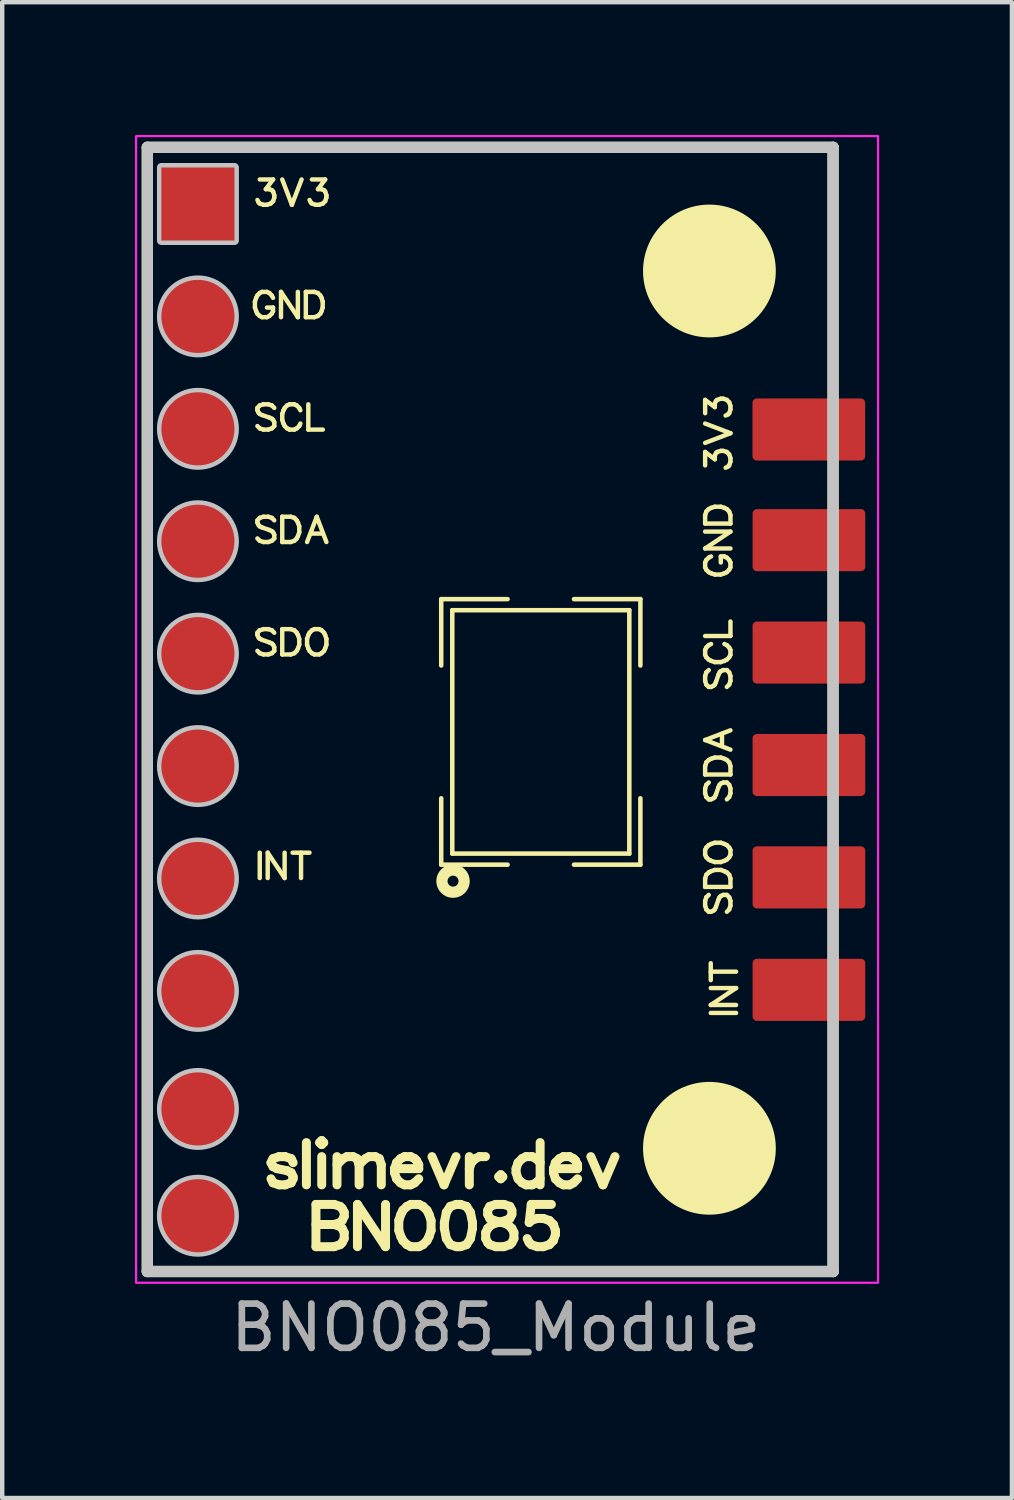
<source format=kicad_pcb>
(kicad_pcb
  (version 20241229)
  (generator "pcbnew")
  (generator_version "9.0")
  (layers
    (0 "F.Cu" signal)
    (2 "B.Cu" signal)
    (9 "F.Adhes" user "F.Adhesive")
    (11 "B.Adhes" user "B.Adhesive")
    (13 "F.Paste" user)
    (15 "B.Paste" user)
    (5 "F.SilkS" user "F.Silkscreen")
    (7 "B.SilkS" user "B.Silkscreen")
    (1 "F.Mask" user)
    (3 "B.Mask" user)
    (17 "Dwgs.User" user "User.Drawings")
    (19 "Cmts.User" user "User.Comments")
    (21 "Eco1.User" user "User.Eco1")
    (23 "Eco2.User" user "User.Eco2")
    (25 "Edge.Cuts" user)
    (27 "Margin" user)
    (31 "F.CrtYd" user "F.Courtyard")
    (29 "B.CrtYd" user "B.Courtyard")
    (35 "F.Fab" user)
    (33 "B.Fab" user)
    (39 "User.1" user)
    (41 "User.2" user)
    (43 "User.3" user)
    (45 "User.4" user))
  (footprint "BNO085_Module"
    (layer "F.Cu")
    (at 0.279 25.679)
    (property "Reference" "BNO085_Module" (at 7.874 1.27 0) (unlocked yes) (layer "F.SilkS") (effects (font (size 1 1) (thickness 0.1))))
    (attr through_hole)
    (fp_line (start 0 -25.4) (end 15.494 -25.4) (stroke (width 0.254) (type solid)) (layer "F.SilkS"))
    (fp_line (start 0 0) (end 0 -25.4) (stroke (width 0.254) (type solid)) (layer "F.SilkS"))
    (fp_line (start 2.431 -21.915) (end 2.431 -21.78) (stroke (width 0.1) (type solid)) (layer "F.SilkS"))
    (fp_line (start 2.431 -21.78) (end 2.459 -21.699) (stroke (width 0.1) (type solid)) (layer "F.SilkS"))
    (fp_line (start 2.459 -21.999) (end 2.431 -21.915) (stroke (width 0.1) (type solid)) (layer "F.SilkS"))
    (fp_line (start 2.459 -21.699) (end 2.484 -21.643) (stroke (width 0.1) (type solid)) (layer "F.SilkS"))
    (fp_line (start 2.484 -22.052) (end 2.459 -21.999) (stroke (width 0.1) (type solid)) (layer "F.SilkS"))
    (fp_line (start 2.484 -21.643) (end 2.54 -21.59) (stroke (width 0.1) (type solid)) (layer "F.SilkS"))
    (fp_line (start 2.487 -19.512) (end 2.487 -19.459) (stroke (width 0.1) (type solid)) (layer "F.SilkS"))
    (fp_line (start 2.487 -19.459) (end 2.515 -19.403) (stroke (width 0.1) (type solid)) (layer "F.SilkS"))
    (fp_line (start 2.487 -16.972) (end 2.487 -16.919) (stroke (width 0.1) (type solid)) (layer "F.SilkS"))
    (fp_line (start 2.487 -16.919) (end 2.515 -16.863) (stroke (width 0.1) (type solid)) (layer "F.SilkS"))
    (fp_line (start 2.487 -14.432) (end 2.487 -14.379) (stroke (width 0.1) (type solid)) (layer "F.SilkS"))
    (fp_line (start 2.487 -14.379) (end 2.515 -14.323) (stroke (width 0.1) (type solid)) (layer "F.SilkS"))
    (fp_line (start 2.515 -24.155) (end 2.487 -24.211) (stroke (width 0.1) (type solid)) (layer "F.SilkS"))
    (fp_line (start 2.515 -19.403) (end 2.54 -19.375) (stroke (width 0.1) (type solid)) (layer "F.SilkS"))
    (fp_line (start 2.515 -16.863) (end 2.54 -16.835) (stroke (width 0.1) (type solid)) (layer "F.SilkS"))
    (fp_line (start 2.515 -14.323) (end 2.54 -14.295) (stroke (width 0.1) (type solid)) (layer "F.SilkS"))
    (fp_line (start 2.54 -24.674) (end 2.842 -24.674) (stroke (width 0.1) (type solid)) (layer "F.SilkS"))
    (fp_line (start 2.54 -24.13) (end 2.515 -24.155) (stroke (width 0.1) (type solid)) (layer "F.SilkS"))
    (fp_line (start 2.54 -22.108) (end 2.484 -22.052) (stroke (width 0.1) (type solid)) (layer "F.SilkS"))
    (fp_line (start 2.54 -21.59) (end 2.593 -21.562) (stroke (width 0.1) (type solid)) (layer "F.SilkS"))
    (fp_line (start 2.54 -19.568) (end 2.487 -19.512) (stroke (width 0.1) (type solid)) (layer "F.SilkS"))
    (fp_line (start 2.54 -19.375) (end 2.596 -19.35) (stroke (width 0.1) (type solid)) (layer "F.SilkS"))
    (fp_line (start 2.54 -19.05) (end 2.487 -19.103) (stroke (width 0.1) (type solid)) (layer "F.SilkS"))
    (fp_line (start 2.54 -17.028) (end 2.487 -16.972) (stroke (width 0.1) (type solid)) (layer "F.SilkS"))
    (fp_line (start 2.54 -16.835) (end 2.596 -16.81) (stroke (width 0.1) (type solid)) (layer "F.SilkS"))
    (fp_line (start 2.54 -16.51) (end 2.487 -16.563) (stroke (width 0.1) (type solid)) (layer "F.SilkS"))
    (fp_line (start 2.54 -14.488) (end 2.487 -14.432) (stroke (width 0.1) (type solid)) (layer "F.SilkS"))
    (fp_line (start 2.54 -14.295) (end 2.596 -14.27) (stroke (width 0.1) (type solid)) (layer "F.SilkS"))
    (fp_line (start 2.54 -13.97) (end 2.487 -14.023) (stroke (width 0.1) (type solid)) (layer "F.SilkS"))
    (fp_line (start 2.54 -9.463) (end 2.54 -8.89) (stroke (width 0.1) (type solid)) (layer "F.SilkS"))
    (fp_line (start 2.593 -22.134) (end 2.54 -22.108) (stroke (width 0.1) (type solid)) (layer "F.SilkS"))
    (fp_line (start 2.593 -21.562) (end 2.703 -21.562) (stroke (width 0.1) (type solid)) (layer "F.SilkS"))
    (fp_line (start 2.596 -19.35) (end 2.758 -19.294) (stroke (width 0.1) (type solid)) (layer "F.SilkS"))
    (fp_line (start 2.596 -16.81) (end 2.758 -16.754) (stroke (width 0.1) (type solid)) (layer "F.SilkS"))
    (fp_line (start 2.596 -14.27) (end 2.758 -14.214) (stroke (width 0.1) (type solid)) (layer "F.SilkS"))
    (fp_line (start 2.624 -24.102) (end 2.54 -24.13) (stroke (width 0.1) (type solid)) (layer "F.SilkS"))
    (fp_line (start 2.624 -19.594) (end 2.54 -19.568) (stroke (width 0.1) (type solid)) (layer "F.SilkS"))
    (fp_line (start 2.624 -19.022) (end 2.54 -19.05) (stroke (width 0.1) (type solid)) (layer "F.SilkS"))
    (fp_line (start 2.624 -17.054) (end 2.54 -17.028) (stroke (width 0.1) (type solid)) (layer "F.SilkS"))
    (fp_line (start 2.624 -16.482) (end 2.54 -16.51) (stroke (width 0.1) (type solid)) (layer "F.SilkS"))
    (fp_line (start 2.624 -14.514) (end 2.54 -14.488) (stroke (width 0.1) (type solid)) (layer "F.SilkS"))
    (fp_line (start 2.624 -13.942) (end 2.54 -13.97) (stroke (width 0.1) (type solid)) (layer "F.SilkS"))
    (fp_line (start 2.677 -24.455) (end 2.758 -24.455) (stroke (width 0.1) (type solid)) (layer "F.SilkS"))
    (fp_line (start 2.703 -22.134) (end 2.593 -22.134) (stroke (width 0.1) (type solid)) (layer "F.SilkS"))
    (fp_line (start 2.703 -21.78) (end 2.84 -21.78) (stroke (width 0.1) (type solid)) (layer "F.SilkS"))
    (fp_line (start 2.703 -21.562) (end 2.758 -21.59) (stroke (width 0.1) (type solid)) (layer "F.SilkS"))
    (fp_line (start 2.705 -24.102) (end 2.624 -24.102) (stroke (width 0.1) (type solid)) (layer "F.SilkS"))
    (fp_line (start 2.72 -9.463) (end 2.72 -8.89) (stroke (width 0.1) (type solid)) (layer "F.SilkS"))
    (fp_line (start 2.72 -9.463) (end 3.102 -8.89) (stroke (width 0.1) (type solid)) (layer "F.SilkS"))
    (fp_line (start 2.733 -19.594) (end 2.624 -19.594) (stroke (width 0.1) (type solid)) (layer "F.SilkS"))
    (fp_line (start 2.733 -19.022) (end 2.624 -19.022) (stroke (width 0.1) (type solid)) (layer "F.SilkS"))
    (fp_line (start 2.733 -17.054) (end 2.624 -17.054) (stroke (width 0.1) (type solid)) (layer "F.SilkS"))
    (fp_line (start 2.733 -16.482) (end 2.624 -16.482) (stroke (width 0.1) (type solid)) (layer "F.SilkS"))
    (fp_line (start 2.733 -14.514) (end 2.624 -14.514) (stroke (width 0.1) (type solid)) (layer "F.SilkS"))
    (fp_line (start 2.733 -13.942) (end 2.624 -13.942) (stroke (width 0.1) (type solid)) (layer "F.SilkS"))
    (fp_line (start 2.758 -24.455) (end 2.814 -24.43) (stroke (width 0.1) (type solid)) (layer "F.SilkS"))
    (fp_line (start 2.758 -22.108) (end 2.703 -22.134) (stroke (width 0.1) (type solid)) (layer "F.SilkS"))
    (fp_line (start 2.758 -21.59) (end 2.812 -21.643) (stroke (width 0.1) (type solid)) (layer "F.SilkS"))
    (fp_line (start 2.758 -19.294) (end 2.814 -19.268) (stroke (width 0.1) (type solid)) (layer "F.SilkS"))
    (fp_line (start 2.758 -16.754) (end 2.814 -16.728) (stroke (width 0.1) (type solid)) (layer "F.SilkS"))
    (fp_line (start 2.758 -14.214) (end 2.814 -14.188) (stroke (width 0.1) (type solid)) (layer "F.SilkS"))
    (fp_line (start 2.786 -24.13) (end 2.705 -24.102) (stroke (width 0.1) (type solid)) (layer "F.SilkS"))
    (fp_line (start 2.794 -2.459) (end 2.84 -2.37) (stroke (width 0.203) (type solid)) (layer "F.SilkS"))
    (fp_line (start 2.812 -22.052) (end 2.758 -22.108) (stroke (width 0.1) (type solid)) (layer "F.SilkS"))
    (fp_line (start 2.812 -21.643) (end 2.84 -21.699) (stroke (width 0.1) (type solid)) (layer "F.SilkS"))
    (fp_line (start 2.814 -24.43) (end 2.842 -24.402) (stroke (width 0.1) (type solid)) (layer "F.SilkS"))
    (fp_line (start 2.814 -19.568) (end 2.733 -19.594) (stroke (width 0.1) (type solid)) (layer "F.SilkS"))
    (fp_line (start 2.814 -19.268) (end 2.842 -19.241) (stroke (width 0.1) (type solid)) (layer "F.SilkS"))
    (fp_line (start 2.814 -19.05) (end 2.733 -19.022) (stroke (width 0.1) (type solid)) (layer "F.SilkS"))
    (fp_line (start 2.814 -17.028) (end 2.733 -17.054) (stroke (width 0.1) (type solid)) (layer "F.SilkS"))
    (fp_line (start 2.814 -16.728) (end 2.842 -16.701) (stroke (width 0.1) (type solid)) (layer "F.SilkS"))
    (fp_line (start 2.814 -16.51) (end 2.733 -16.482) (stroke (width 0.1) (type solid)) (layer "F.SilkS"))
    (fp_line (start 2.814 -14.488) (end 2.733 -14.514) (stroke (width 0.1) (type solid)) (layer "F.SilkS"))
    (fp_line (start 2.814 -14.188) (end 2.842 -14.161) (stroke (width 0.1) (type solid)) (layer "F.SilkS"))
    (fp_line (start 2.814 -13.97) (end 2.733 -13.942) (stroke (width 0.1) (type solid)) (layer "F.SilkS"))
    (fp_line (start 2.84 -2.55) (end 2.794 -2.459) (stroke (width 0.203) (type solid)) (layer "F.SilkS"))
    (fp_line (start 2.84 -2.37) (end 2.931 -2.324) (stroke (width 0.203) (type solid)) (layer "F.SilkS"))
    (fp_line (start 2.84 -2.004) (end 2.794 -2.095) (stroke (width 0.203) (type solid)) (layer "F.SilkS"))
    (fp_line (start 2.84 -21.999) (end 2.812 -22.052) (stroke (width 0.1) (type solid)) (layer "F.SilkS"))
    (fp_line (start 2.84 -21.699) (end 2.84 -21.78) (stroke (width 0.1) (type solid)) (layer "F.SilkS"))
    (fp_line (start 2.842 -24.674) (end 2.677 -24.455) (stroke (width 0.1) (type solid)) (layer "F.SilkS"))
    (fp_line (start 2.842 -24.402) (end 2.868 -24.32) (stroke (width 0.1) (type solid)) (layer "F.SilkS"))
    (fp_line (start 2.842 -24.183) (end 2.786 -24.13) (stroke (width 0.1) (type solid)) (layer "F.SilkS"))
    (fp_line (start 2.842 -19.241) (end 2.868 -19.185) (stroke (width 0.1) (type solid)) (layer "F.SilkS"))
    (fp_line (start 2.842 -16.701) (end 2.868 -16.645) (stroke (width 0.1) (type solid)) (layer "F.SilkS"))
    (fp_line (start 2.842 -14.161) (end 2.868 -14.105) (stroke (width 0.1) (type solid)) (layer "F.SilkS"))
    (fp_line (start 2.868 -24.32) (end 2.868 -24.265) (stroke (width 0.1) (type solid)) (layer "F.SilkS"))
    (fp_line (start 2.868 -24.265) (end 2.842 -24.183) (stroke (width 0.1) (type solid)) (layer "F.SilkS"))
    (fp_line (start 2.868 -19.512) (end 2.814 -19.568) (stroke (width 0.1) (type solid)) (layer "F.SilkS"))
    (fp_line (start 2.868 -19.185) (end 2.868 -19.103) (stroke (width 0.1) (type solid)) (layer "F.SilkS"))
    (fp_line (start 2.868 -19.103) (end 2.814 -19.05) (stroke (width 0.1) (type solid)) (layer "F.SilkS"))
    (fp_line (start 2.868 -16.972) (end 2.814 -17.028) (stroke (width 0.1) (type solid)) (layer "F.SilkS"))
    (fp_line (start 2.868 -16.645) (end 2.868 -16.563) (stroke (width 0.1) (type solid)) (layer "F.SilkS"))
    (fp_line (start 2.868 -16.563) (end 2.814 -16.51) (stroke (width 0.1) (type solid)) (layer "F.SilkS"))
    (fp_line (start 2.868 -14.432) (end 2.814 -14.488) (stroke (width 0.1) (type solid)) (layer "F.SilkS"))
    (fp_line (start 2.868 -14.105) (end 2.868 -14.023) (stroke (width 0.1) (type solid)) (layer "F.SilkS"))
    (fp_line (start 2.868 -14.023) (end 2.814 -13.97) (stroke (width 0.1) (type solid)) (layer "F.SilkS"))
    (fp_line (start 2.931 -2.324) (end 3.157 -2.278) (stroke (width 0.203) (type solid)) (layer "F.SilkS"))
    (fp_line (start 2.977 -2.596) (end 2.84 -2.55) (stroke (width 0.203) (type solid)) (layer "F.SilkS"))
    (fp_line (start 2.977 -1.958) (end 2.84 -2.004) (stroke (width 0.203) (type solid)) (layer "F.SilkS"))
    (fp_line (start 3.02 -22.134) (end 3.02 -21.562) (stroke (width 0.1) (type solid)) (layer "F.SilkS"))
    (fp_line (start 3.02 -22.134) (end 3.401 -21.562) (stroke (width 0.1) (type solid)) (layer "F.SilkS"))
    (fp_line (start 3.048 -24.674) (end 3.266 -24.102) (stroke (width 0.1) (type solid)) (layer "F.SilkS"))
    (fp_line (start 3.048 -19.375) (end 3.048 -19.241) (stroke (width 0.1) (type solid)) (layer "F.SilkS"))
    (fp_line (start 3.048 -19.241) (end 3.076 -19.159) (stroke (width 0.1) (type solid)) (layer "F.SilkS"))
    (fp_line (start 3.048 -17.054) (end 3.048 -16.482) (stroke (width 0.1) (type solid)) (layer "F.SilkS"))
    (fp_line (start 3.048 -17.054) (end 3.239 -17.054) (stroke (width 0.1) (type solid)) (layer "F.SilkS"))
    (fp_line (start 3.048 -14.514) (end 3.048 -13.942) (stroke (width 0.1) (type solid)) (layer "F.SilkS"))
    (fp_line (start 3.048 -14.514) (end 3.239 -14.514) (stroke (width 0.1) (type solid)) (layer "F.SilkS"))
    (fp_line (start 3.076 -19.459) (end 3.048 -19.375) (stroke (width 0.1) (type solid)) (layer "F.SilkS"))
    (fp_line (start 3.076 -19.159) (end 3.104 -19.103) (stroke (width 0.1) (type solid)) (layer "F.SilkS"))
    (fp_line (start 3.102 -9.463) (end 3.102 -8.89) (stroke (width 0.1) (type solid)) (layer "F.SilkS"))
    (fp_line (start 3.104 -19.512) (end 3.076 -19.459) (stroke (width 0.1) (type solid)) (layer "F.SilkS"))
    (fp_line (start 3.104 -19.103) (end 3.157 -19.05) (stroke (width 0.1) (type solid)) (layer "F.SilkS"))
    (fp_line (start 3.111 -2.596) (end 2.977 -2.596) (stroke (width 0.203) (type solid)) (layer "F.SilkS"))
    (fp_line (start 3.111 -1.958) (end 2.977 -1.958) (stroke (width 0.203) (type solid)) (layer "F.SilkS"))
    (fp_line (start 3.157 -19.568) (end 3.104 -19.512) (stroke (width 0.1) (type solid)) (layer "F.SilkS"))
    (fp_line (start 3.157 -19.05) (end 3.213 -19.022) (stroke (width 0.1) (type solid)) (layer "F.SilkS"))
    (fp_line (start 3.157 -2.278) (end 3.249 -2.233) (stroke (width 0.203) (type solid)) (layer "F.SilkS"))
    (fp_line (start 3.213 -19.594) (end 3.157 -19.568) (stroke (width 0.1) (type solid)) (layer "F.SilkS"))
    (fp_line (start 3.213 -19.022) (end 3.322 -19.022) (stroke (width 0.1) (type solid)) (layer "F.SilkS"))
    (fp_line (start 3.239 -17.054) (end 3.322 -17.028) (stroke (width 0.1) (type solid)) (layer "F.SilkS"))
    (fp_line (start 3.239 -16.482) (end 3.048 -16.482) (stroke (width 0.1) (type solid)) (layer "F.SilkS"))
    (fp_line (start 3.239 -14.514) (end 3.322 -14.488) (stroke (width 0.1) (type solid)) (layer "F.SilkS"))
    (fp_line (start 3.239 -13.942) (end 3.048 -13.942) (stroke (width 0.1) (type solid)) (layer "F.SilkS"))
    (fp_line (start 3.249 -2.55) (end 3.111 -2.596) (stroke (width 0.203) (type solid)) (layer "F.SilkS"))
    (fp_line (start 3.249 -2.233) (end 3.294 -2.141) (stroke (width 0.203) (type solid)) (layer "F.SilkS"))
    (fp_line (start 3.249 -2.004) (end 3.111 -1.958) (stroke (width 0.203) (type solid)) (layer "F.SilkS"))
    (fp_line (start 3.282 -9.463) (end 3.664 -9.463) (stroke (width 0.1) (type solid)) (layer "F.SilkS"))
    (fp_line (start 3.294 -2.459) (end 3.249 -2.55) (stroke (width 0.203) (type solid)) (layer "F.SilkS"))
    (fp_line (start 3.294 -2.141) (end 3.294 -2.095) (stroke (width 0.203) (type solid)) (layer "F.SilkS"))
    (fp_line (start 3.294 -2.095) (end 3.249 -2.004) (stroke (width 0.203) (type solid)) (layer "F.SilkS"))
    (fp_line (start 3.322 -19.594) (end 3.213 -19.594) (stroke (width 0.1) (type solid)) (layer "F.SilkS"))
    (fp_line (start 3.322 -19.022) (end 3.376 -19.05) (stroke (width 0.1) (type solid)) (layer "F.SilkS"))
    (fp_line (start 3.322 -17.028) (end 3.376 -16.972) (stroke (width 0.1) (type solid)) (layer "F.SilkS"))
    (fp_line (start 3.322 -16.51) (end 3.239 -16.482) (stroke (width 0.1) (type solid)) (layer "F.SilkS"))
    (fp_line (start 3.322 -14.488) (end 3.376 -14.432) (stroke (width 0.1) (type solid)) (layer "F.SilkS"))
    (fp_line (start 3.322 -13.97) (end 3.239 -13.942) (stroke (width 0.1) (type solid)) (layer "F.SilkS"))
    (fp_line (start 3.376 -19.568) (end 3.322 -19.594) (stroke (width 0.1) (type solid)) (layer "F.SilkS"))
    (fp_line (start 3.376 -19.05) (end 3.432 -19.103) (stroke (width 0.1) (type solid)) (layer "F.SilkS"))
    (fp_line (start 3.376 -16.972) (end 3.404 -16.919) (stroke (width 0.1) (type solid)) (layer "F.SilkS"))
    (fp_line (start 3.376 -16.563) (end 3.322 -16.51) (stroke (width 0.1) (type solid)) (layer "F.SilkS"))
    (fp_line (start 3.376 -14.432) (end 3.404 -14.379) (stroke (width 0.1) (type solid)) (layer "F.SilkS"))
    (fp_line (start 3.376 -14.023) (end 3.322 -13.97) (stroke (width 0.1) (type solid)) (layer "F.SilkS"))
    (fp_line (start 3.401 -22.134) (end 3.401 -21.562) (stroke (width 0.1) (type solid)) (layer "F.SilkS"))
    (fp_line (start 3.404 -16.919) (end 3.432 -16.835) (stroke (width 0.1) (type solid)) (layer "F.SilkS"))
    (fp_line (start 3.404 -16.619) (end 3.376 -16.563) (stroke (width 0.1) (type solid)) (layer "F.SilkS"))
    (fp_line (start 3.404 -14.379) (end 3.432 -14.295) (stroke (width 0.1) (type solid)) (layer "F.SilkS"))
    (fp_line (start 3.404 -14.079) (end 3.376 -14.023) (stroke (width 0.1) (type solid)) (layer "F.SilkS"))
    (fp_line (start 3.432 -19.512) (end 3.376 -19.568) (stroke (width 0.1) (type solid)) (layer "F.SilkS"))
    (fp_line (start 3.432 -19.103) (end 3.457 -19.159) (stroke (width 0.1) (type solid)) (layer "F.SilkS"))
    (fp_line (start 3.432 -16.835) (end 3.432 -16.701) (stroke (width 0.1) (type solid)) (layer "F.SilkS"))
    (fp_line (start 3.432 -16.701) (end 3.404 -16.619) (stroke (width 0.1) (type solid)) (layer "F.SilkS"))
    (fp_line (start 3.432 -14.295) (end 3.432 -14.161) (stroke (width 0.1) (type solid)) (layer "F.SilkS"))
    (fp_line (start 3.432 -14.161) (end 3.404 -14.079) (stroke (width 0.1) (type solid)) (layer "F.SilkS"))
    (fp_line (start 3.457 -19.459) (end 3.432 -19.512) (stroke (width 0.1) (type solid)) (layer "F.SilkS"))
    (fp_line (start 3.473 -9.463) (end 3.473 -8.89) (stroke (width 0.1) (type solid)) (layer "F.SilkS"))
    (fp_line (start 3.485 -24.674) (end 3.266 -24.102) (stroke (width 0.1) (type solid)) (layer "F.SilkS"))
    (fp_line (start 3.581 -22.134) (end 3.581 -21.562) (stroke (width 0.1) (type solid)) (layer "F.SilkS"))
    (fp_line (start 3.581 -22.134) (end 3.772 -22.134) (stroke (width 0.1) (type solid)) (layer "F.SilkS"))
    (fp_line (start 3.594 -2.913) (end 3.594 -1.958) (stroke (width 0.203) (type solid)) (layer "F.SilkS"))
    (fp_line (start 3.609 -14.295) (end 3.609 -14.161) (stroke (width 0.1) (type solid)) (layer "F.SilkS"))
    (fp_line (start 3.609 -14.161) (end 3.637 -14.079) (stroke (width 0.1) (type solid)) (layer "F.SilkS"))
    (fp_line (start 3.637 -19.594) (end 3.637 -19.022) (stroke (width 0.1) (type solid)) (layer "F.SilkS"))
    (fp_line (start 3.637 -19.022) (end 3.965 -19.022) (stroke (width 0.1) (type solid)) (layer "F.SilkS"))
    (fp_line (start 3.637 -14.379) (end 3.609 -14.295) (stroke (width 0.1) (type solid)) (layer "F.SilkS"))
    (fp_line (start 3.637 -14.079) (end 3.665 -14.023) (stroke (width 0.1) (type solid)) (layer "F.SilkS"))
    (fp_line (start 3.665 -14.432) (end 3.637 -14.379) (stroke (width 0.1) (type solid)) (layer "F.SilkS"))
    (fp_line (start 3.665 -14.023) (end 3.719 -13.97) (stroke (width 0.1) (type solid)) (layer "F.SilkS"))
    (fp_line (start 3.693 -24.155) (end 3.665 -24.211) (stroke (width 0.1) (type solid)) (layer "F.SilkS"))
    (fp_line (start 3.693 -16.673) (end 3.965 -16.673) (stroke (width 0.1) (type solid)) (layer "F.SilkS"))
    (fp_line (start 3.719 -24.674) (end 4.018 -24.674) (stroke (width 0.1) (type solid)) (layer "F.SilkS"))
    (fp_line (start 3.719 -24.13) (end 3.693 -24.155) (stroke (width 0.1) (type solid)) (layer "F.SilkS"))
    (fp_line (start 3.719 -14.488) (end 3.665 -14.432) (stroke (width 0.1) (type solid)) (layer "F.SilkS"))
    (fp_line (start 3.719 -13.97) (end 3.774 -13.942) (stroke (width 0.1) (type solid)) (layer "F.SilkS"))
    (fp_line (start 3.772 -22.134) (end 3.853 -22.108) (stroke (width 0.1) (type solid)) (layer "F.SilkS"))
    (fp_line (start 3.772 -21.562) (end 3.581 -21.562) (stroke (width 0.1) (type solid)) (layer "F.SilkS"))
    (fp_line (start 3.774 -14.514) (end 3.719 -14.488) (stroke (width 0.1) (type solid)) (layer "F.SilkS"))
    (fp_line (start 3.774 -13.942) (end 3.884 -13.942) (stroke (width 0.1) (type solid)) (layer "F.SilkS"))
    (fp_line (start 3.802 -24.102) (end 3.719 -24.13) (stroke (width 0.1) (type solid)) (layer "F.SilkS"))
    (fp_line (start 3.81 -1.516) (end 3.81 -0.561) (stroke (width 0.203) (type solid)) (layer "F.SilkS"))
    (fp_line (start 3.81 -1.516) (end 4.219 -1.516) (stroke (width 0.203) (type solid)) (layer "F.SilkS"))
    (fp_line (start 3.81 -1.062) (end 4.219 -1.062) (stroke (width 0.203) (type solid)) (layer "F.SilkS"))
    (fp_line (start 3.828 -17.054) (end 3.609 -16.482) (stroke (width 0.1) (type solid)) (layer "F.SilkS"))
    (fp_line (start 3.828 -17.054) (end 4.046 -16.482) (stroke (width 0.1) (type solid)) (layer "F.SilkS"))
    (fp_line (start 3.853 -22.108) (end 3.909 -22.052) (stroke (width 0.1) (type solid)) (layer "F.SilkS"))
    (fp_line (start 3.853 -21.59) (end 3.772 -21.562) (stroke (width 0.1) (type solid)) (layer "F.SilkS"))
    (fp_line (start 3.856 -24.455) (end 3.937 -24.455) (stroke (width 0.1) (type solid)) (layer "F.SilkS"))
    (fp_line (start 3.884 -24.102) (end 3.802 -24.102) (stroke (width 0.1) (type solid)) (layer "F.SilkS"))
    (fp_line (start 3.884 -14.514) (end 3.774 -14.514) (stroke (width 0.1) (type solid)) (layer "F.SilkS"))
    (fp_line (start 3.884 -13.942) (end 3.937 -13.97) (stroke (width 0.1) (type solid)) (layer "F.SilkS"))
    (fp_line (start 3.894 -2.913) (end 3.94 -2.868) (stroke (width 0.203) (type solid)) (layer "F.SilkS"))
    (fp_line (start 3.909 -22.052) (end 3.937 -21.999) (stroke (width 0.1) (type solid)) (layer "F.SilkS"))
    (fp_line (start 3.909 -21.643) (end 3.853 -21.59) (stroke (width 0.1) (type solid)) (layer "F.SilkS"))
    (fp_line (start 3.937 -24.455) (end 3.993 -24.43) (stroke (width 0.1) (type solid)) (layer "F.SilkS"))
    (fp_line (start 3.937 -21.999) (end 3.962 -21.915) (stroke (width 0.1) (type solid)) (layer "F.SilkS"))
    (fp_line (start 3.937 -21.699) (end 3.909 -21.643) (stroke (width 0.1) (type solid)) (layer "F.SilkS"))
    (fp_line (start 3.937 -14.488) (end 3.884 -14.514) (stroke (width 0.1) (type solid)) (layer "F.SilkS"))
    (fp_line (start 3.937 -13.97) (end 3.993 -14.023) (stroke (width 0.1) (type solid)) (layer "F.SilkS"))
    (fp_line (start 3.94 -2.959) (end 3.894 -2.913) (stroke (width 0.203) (type solid)) (layer "F.SilkS"))
    (fp_line (start 3.94 -2.868) (end 3.985 -2.913) (stroke (width 0.203) (type solid)) (layer "F.SilkS"))
    (fp_line (start 3.94 -2.596) (end 3.94 -1.958) (stroke (width 0.203) (type solid)) (layer "F.SilkS"))
    (fp_line (start 3.962 -21.915) (end 3.962 -21.78) (stroke (width 0.1) (type solid)) (layer "F.SilkS"))
    (fp_line (start 3.962 -21.78) (end 3.937 -21.699) (stroke (width 0.1) (type solid)) (layer "F.SilkS"))
    (fp_line (start 3.965 -24.13) (end 3.884 -24.102) (stroke (width 0.1) (type solid)) (layer "F.SilkS"))
    (fp_line (start 3.985 -2.913) (end 3.94 -2.959) (stroke (width 0.203) (type solid)) (layer "F.SilkS"))
    (fp_line (start 3.993 -24.43) (end 4.018 -24.402) (stroke (width 0.1) (type solid)) (layer "F.SilkS"))
    (fp_line (start 3.993 -14.432) (end 3.937 -14.488) (stroke (width 0.1) (type solid)) (layer "F.SilkS"))
    (fp_line (start 3.993 -14.023) (end 4.018 -14.079) (stroke (width 0.1) (type solid)) (layer "F.SilkS"))
    (fp_line (start 4.018 -24.674) (end 3.856 -24.455) (stroke (width 0.1) (type solid)) (layer "F.SilkS"))
    (fp_line (start 4.018 -24.402) (end 4.046 -24.32) (stroke (width 0.1) (type solid)) (layer "F.SilkS"))
    (fp_line (start 4.018 -24.183) (end 3.965 -24.13) (stroke (width 0.1) (type solid)) (layer "F.SilkS"))
    (fp_line (start 4.018 -14.379) (end 3.993 -14.432) (stroke (width 0.1) (type solid)) (layer "F.SilkS"))
    (fp_line (start 4.018 -14.079) (end 4.046 -14.161) (stroke (width 0.1) (type solid)) (layer "F.SilkS"))
    (fp_line (start 4.046 -24.32) (end 4.046 -24.265) (stroke (width 0.1) (type solid)) (layer "F.SilkS"))
    (fp_line (start 4.046 -24.265) (end 4.018 -24.183) (stroke (width 0.1) (type solid)) (layer "F.SilkS"))
    (fp_line (start 4.046 -14.295) (end 4.018 -14.379) (stroke (width 0.1) (type solid)) (layer "F.SilkS"))
    (fp_line (start 4.046 -14.161) (end 4.046 -14.295) (stroke (width 0.1) (type solid)) (layer "F.SilkS"))
    (fp_line (start 4.219 -1.516) (end 4.356 -1.471) (stroke (width 0.203) (type solid)) (layer "F.SilkS"))
    (fp_line (start 4.219 -1.062) (end 4.356 -1.016) (stroke (width 0.203) (type solid)) (layer "F.SilkS"))
    (fp_line (start 4.219 -0.561) (end 3.81 -0.561) (stroke (width 0.203) (type solid)) (layer "F.SilkS"))
    (fp_line (start 4.285 -2.596) (end 4.285 -1.958) (stroke (width 0.203) (type solid)) (layer "F.SilkS"))
    (fp_line (start 4.285 -2.413) (end 4.422 -2.55) (stroke (width 0.203) (type solid)) (layer "F.SilkS"))
    (fp_line (start 4.356 -1.471) (end 4.402 -1.425) (stroke (width 0.203) (type solid)) (layer "F.SilkS"))
    (fp_line (start 4.356 -1.107) (end 4.219 -1.062) (stroke (width 0.203) (type solid)) (layer "F.SilkS"))
    (fp_line (start 4.356 -1.016) (end 4.402 -0.973) (stroke (width 0.203) (type solid)) (layer "F.SilkS"))
    (fp_line (start 4.356 -0.607) (end 4.219 -0.561) (stroke (width 0.203) (type solid)) (layer "F.SilkS"))
    (fp_line (start 4.402 -1.425) (end 4.448 -1.336) (stroke (width 0.203) (type solid)) (layer "F.SilkS"))
    (fp_line (start 4.402 -1.153) (end 4.356 -1.107) (stroke (width 0.203) (type solid)) (layer "F.SilkS"))
    (fp_line (start 4.402 -0.973) (end 4.448 -0.881) (stroke (width 0.203) (type solid)) (layer "F.SilkS"))
    (fp_line (start 4.402 -0.653) (end 4.356 -0.607) (stroke (width 0.203) (type solid)) (layer "F.SilkS"))
    (fp_line (start 4.422 -2.55) (end 4.511 -2.596) (stroke (width 0.203) (type solid)) (layer "F.SilkS"))
    (fp_line (start 4.448 -1.336) (end 4.448 -1.245) (stroke (width 0.203) (type solid)) (layer "F.SilkS"))
    (fp_line (start 4.448 -1.245) (end 4.402 -1.153) (stroke (width 0.203) (type solid)) (layer "F.SilkS"))
    (fp_line (start 4.448 -0.881) (end 4.448 -0.744) (stroke (width 0.203) (type solid)) (layer "F.SilkS"))
    (fp_line (start 4.448 -0.744) (end 4.402 -0.653) (stroke (width 0.203) (type solid)) (layer "F.SilkS"))
    (fp_line (start 4.511 -2.596) (end 4.648 -2.596) (stroke (width 0.203) (type solid)) (layer "F.SilkS"))
    (fp_line (start 4.648 -2.596) (end 4.74 -2.55) (stroke (width 0.203) (type solid)) (layer "F.SilkS"))
    (fp_line (start 4.74 -2.55) (end 4.785 -2.413) (stroke (width 0.203) (type solid)) (layer "F.SilkS"))
    (fp_line (start 4.747 -1.516) (end 4.747 -0.561) (stroke (width 0.203) (type solid)) (layer "F.SilkS"))
    (fp_line (start 4.747 -1.516) (end 5.382 -0.561) (stroke (width 0.203) (type solid)) (layer "F.SilkS"))
    (fp_line (start 4.785 -2.413) (end 4.785 -1.958) (stroke (width 0.203) (type solid)) (layer "F.SilkS"))
    (fp_line (start 4.785 -2.413) (end 4.923 -2.55) (stroke (width 0.203) (type solid)) (layer "F.SilkS"))
    (fp_line (start 4.923 -2.55) (end 5.011 -2.596) (stroke (width 0.203) (type solid)) (layer "F.SilkS"))
    (fp_line (start 5.011 -2.596) (end 5.149 -2.596) (stroke (width 0.203) (type solid)) (layer "F.SilkS"))
    (fp_line (start 5.149 -2.596) (end 5.24 -2.55) (stroke (width 0.203) (type solid)) (layer "F.SilkS"))
    (fp_line (start 5.24 -2.55) (end 5.286 -2.413) (stroke (width 0.203) (type solid)) (layer "F.SilkS"))
    (fp_line (start 5.286 -2.413) (end 5.286 -1.958) (stroke (width 0.203) (type solid)) (layer "F.SilkS"))
    (fp_line (start 5.382 -1.516) (end 5.382 -0.561) (stroke (width 0.203) (type solid)) (layer "F.SilkS"))
    (fp_line (start 5.585 -2.324) (end 5.585 -2.233) (stroke (width 0.203) (type solid)) (layer "F.SilkS"))
    (fp_line (start 5.585 -2.324) (end 6.132 -2.324) (stroke (width 0.203) (type solid)) (layer "F.SilkS"))
    (fp_line (start 5.585 -2.233) (end 5.631 -2.095) (stroke (width 0.203) (type solid)) (layer "F.SilkS"))
    (fp_line (start 5.631 -2.459) (end 5.585 -2.324) (stroke (width 0.203) (type solid)) (layer "F.SilkS"))
    (fp_line (start 5.631 -2.095) (end 5.72 -2.004) (stroke (width 0.203) (type solid)) (layer "F.SilkS"))
    (fp_line (start 5.682 -1.153) (end 5.682 -0.927) (stroke (width 0.203) (type solid)) (layer "F.SilkS"))
    (fp_line (start 5.682 -0.927) (end 5.728 -0.79) (stroke (width 0.203) (type solid)) (layer "F.SilkS"))
    (fp_line (start 5.72 -2.55) (end 5.631 -2.459) (stroke (width 0.203) (type solid)) (layer "F.SilkS"))
    (fp_line (start 5.72 -2.004) (end 5.812 -1.958) (stroke (width 0.203) (type solid)) (layer "F.SilkS"))
    (fp_line (start 5.728 -1.29) (end 5.682 -1.153) (stroke (width 0.203) (type solid)) (layer "F.SilkS"))
    (fp_line (start 5.728 -0.79) (end 5.773 -0.699) (stroke (width 0.203) (type solid)) (layer "F.SilkS"))
    (fp_line (start 5.773 -1.382) (end 5.728 -1.29) (stroke (width 0.203) (type solid)) (layer "F.SilkS"))
    (fp_line (start 5.773 -0.699) (end 5.865 -0.607) (stroke (width 0.203) (type solid)) (layer "F.SilkS"))
    (fp_line (start 5.812 -2.596) (end 5.72 -2.55) (stroke (width 0.203) (type solid)) (layer "F.SilkS"))
    (fp_line (start 5.812 -1.958) (end 5.949 -1.958) (stroke (width 0.203) (type solid)) (layer "F.SilkS"))
    (fp_line (start 5.865 -1.471) (end 5.773 -1.382) (stroke (width 0.203) (type solid)) (layer "F.SilkS"))
    (fp_line (start 5.865 -0.607) (end 5.956 -0.561) (stroke (width 0.203) (type solid)) (layer "F.SilkS"))
    (fp_line (start 5.949 -2.596) (end 5.812 -2.596) (stroke (width 0.203) (type solid)) (layer "F.SilkS"))
    (fp_line (start 5.949 -1.958) (end 6.04 -2.004) (stroke (width 0.203) (type solid)) (layer "F.SilkS"))
    (fp_line (start 5.956 -1.516) (end 5.865 -1.471) (stroke (width 0.203) (type solid)) (layer "F.SilkS"))
    (fp_line (start 5.956 -0.561) (end 6.137 -0.561) (stroke (width 0.203) (type solid)) (layer "F.SilkS"))
    (fp_line (start 6.04 -2.55) (end 5.949 -2.596) (stroke (width 0.203) (type solid)) (layer "F.SilkS"))
    (fp_line (start 6.04 -2.004) (end 6.132 -2.095) (stroke (width 0.203) (type solid)) (layer "F.SilkS"))
    (fp_line (start 6.086 -2.504) (end 6.04 -2.55) (stroke (width 0.203) (type solid)) (layer "F.SilkS"))
    (fp_line (start 6.132 -2.413) (end 6.086 -2.504) (stroke (width 0.203) (type solid)) (layer "F.SilkS"))
    (fp_line (start 6.132 -2.324) (end 6.132 -2.413) (stroke (width 0.203) (type solid)) (layer "F.SilkS"))
    (fp_line (start 6.137 -1.516) (end 5.956 -1.516) (stroke (width 0.203) (type solid)) (layer "F.SilkS"))
    (fp_line (start 6.137 -0.561) (end 6.228 -0.607) (stroke (width 0.203) (type solid)) (layer "F.SilkS"))
    (fp_line (start 6.228 -1.471) (end 6.137 -1.516) (stroke (width 0.203) (type solid)) (layer "F.SilkS"))
    (fp_line (start 6.228 -0.607) (end 6.32 -0.699) (stroke (width 0.203) (type solid)) (layer "F.SilkS"))
    (fp_line (start 6.32 -1.382) (end 6.228 -1.471) (stroke (width 0.203) (type solid)) (layer "F.SilkS"))
    (fp_line (start 6.32 -0.699) (end 6.365 -0.79) (stroke (width 0.203) (type solid)) (layer "F.SilkS"))
    (fp_line (start 6.365 -1.29) (end 6.32 -1.382) (stroke (width 0.203) (type solid)) (layer "F.SilkS"))
    (fp_line (start 6.365 -0.79) (end 6.411 -0.927) (stroke (width 0.203) (type solid)) (layer "F.SilkS"))
    (fp_line (start 6.411 -1.153) (end 6.365 -1.29) (stroke (width 0.203) (type solid)) (layer "F.SilkS"))
    (fp_line (start 6.411 -0.927) (end 6.411 -1.153) (stroke (width 0.203) (type solid)) (layer "F.SilkS"))
    (fp_line (start 6.431 -2.596) (end 6.703 -1.958) (stroke (width 0.203) (type solid)) (layer "F.SilkS"))
    (fp_line (start 6.64 -15.192) (end 8.14 -15.192) (stroke (width 0.102) (type solid)) (layer "F.SilkS"))
    (fp_line (start 6.64 -13.692) (end 6.64 -15.192) (stroke (width 0.102) (type solid)) (layer "F.SilkS"))
    (fp_line (start 6.64 -10.692) (end 6.64 -9.192) (stroke (width 0.102) (type solid)) (layer "F.SilkS"))
    (fp_line (start 6.64 -9.192) (end 8.14 -9.192) (stroke (width 0.102) (type solid)) (layer "F.SilkS"))
    (fp_line (start 6.711 -1.107) (end 6.711 -0.973) (stroke (width 0.203) (type solid)) (layer "F.SilkS"))
    (fp_line (start 6.711 -0.973) (end 6.756 -0.744) (stroke (width 0.203) (type solid)) (layer "F.SilkS"))
    (fp_line (start 6.756 -1.336) (end 6.711 -1.107) (stroke (width 0.203) (type solid)) (layer "F.SilkS"))
    (fp_line (start 6.756 -0.744) (end 6.845 -0.607) (stroke (width 0.203) (type solid)) (layer "F.SilkS"))
    (fp_line (start 6.845 -1.471) (end 6.756 -1.336) (stroke (width 0.203) (type solid)) (layer "F.SilkS"))
    (fp_line (start 6.845 -0.607) (end 6.982 -0.561) (stroke (width 0.203) (type solid)) (layer "F.SilkS"))
    (fp_line (start 6.89 -14.942) (end 10.89 -14.942) (stroke (width 0.102) (type solid)) (layer "F.SilkS"))
    (fp_line (start 6.89 -9.442) (end 6.89 -14.942) (stroke (width 0.102) (type solid)) (layer "F.SilkS"))
    (fp_line (start 6.975 -2.596) (end 6.703 -1.958) (stroke (width 0.203) (type solid)) (layer "F.SilkS"))
    (fp_line (start 6.982 -1.516) (end 6.845 -1.471) (stroke (width 0.203) (type solid)) (layer "F.SilkS"))
    (fp_line (start 6.982 -0.561) (end 7.074 -0.561) (stroke (width 0.203) (type solid)) (layer "F.SilkS"))
    (fp_line (start 7.074 -1.516) (end 6.982 -1.516) (stroke (width 0.203) (type solid)) (layer "F.SilkS"))
    (fp_line (start 7.074 -0.561) (end 7.211 -0.607) (stroke (width 0.203) (type solid)) (layer "F.SilkS"))
    (fp_line (start 7.211 -1.471) (end 7.074 -1.516) (stroke (width 0.203) (type solid)) (layer "F.SilkS"))
    (fp_line (start 7.211 -0.607) (end 7.3 -0.744) (stroke (width 0.203) (type solid)) (layer "F.SilkS"))
    (fp_line (start 7.275 -2.596) (end 7.275 -1.958) (stroke (width 0.203) (type solid)) (layer "F.SilkS"))
    (fp_line (start 7.275 -2.324) (end 7.32 -2.459) (stroke (width 0.203) (type solid)) (layer "F.SilkS"))
    (fp_line (start 7.3 -1.336) (end 7.211 -1.471) (stroke (width 0.203) (type solid)) (layer "F.SilkS"))
    (fp_line (start 7.3 -0.744) (end 7.346 -0.973) (stroke (width 0.203) (type solid)) (layer "F.SilkS"))
    (fp_line (start 7.32 -2.459) (end 7.412 -2.55) (stroke (width 0.203) (type solid)) (layer "F.SilkS"))
    (fp_line (start 7.346 -1.107) (end 7.3 -1.336) (stroke (width 0.203) (type solid)) (layer "F.SilkS"))
    (fp_line (start 7.346 -0.973) (end 7.346 -1.107) (stroke (width 0.203) (type solid)) (layer "F.SilkS"))
    (fp_line (start 7.412 -2.55) (end 7.503 -2.596) (stroke (width 0.203) (type solid)) (layer "F.SilkS"))
    (fp_line (start 7.503 -2.596) (end 7.64 -2.596) (stroke (width 0.203) (type solid)) (layer "F.SilkS"))
    (fp_line (start 7.645 -0.881) (end 7.691 -0.973) (stroke (width 0.203) (type solid)) (layer "F.SilkS"))
    (fp_line (start 7.645 -0.744) (end 7.645 -0.881) (stroke (width 0.203) (type solid)) (layer "F.SilkS"))
    (fp_line (start 7.691 -1.382) (end 7.691 -1.29) (stroke (width 0.203) (type solid)) (layer "F.SilkS"))
    (fp_line (start 7.691 -1.29) (end 7.737 -1.199) (stroke (width 0.203) (type solid)) (layer "F.SilkS"))
    (fp_line (start 7.691 -0.973) (end 7.783 -1.062) (stroke (width 0.203) (type solid)) (layer "F.SilkS"))
    (fp_line (start 7.691 -0.653) (end 7.645 -0.744) (stroke (width 0.203) (type solid)) (layer "F.SilkS"))
    (fp_line (start 7.737 -1.471) (end 7.691 -1.382) (stroke (width 0.203) (type solid)) (layer "F.SilkS"))
    (fp_line (start 7.737 -1.199) (end 7.828 -1.153) (stroke (width 0.203) (type solid)) (layer "F.SilkS"))
    (fp_line (start 7.737 -0.607) (end 7.691 -0.653) (stroke (width 0.203) (type solid)) (layer "F.SilkS"))
    (fp_line (start 7.783 -1.062) (end 7.92 -1.107) (stroke (width 0.203) (type solid)) (layer "F.SilkS"))
    (fp_line (start 7.828 -1.153) (end 8.011 -1.107) (stroke (width 0.203) (type solid)) (layer "F.SilkS"))
    (fp_line (start 7.874 -1.516) (end 7.737 -1.471) (stroke (width 0.203) (type solid)) (layer "F.SilkS"))
    (fp_line (start 7.874 -0.561) (end 7.737 -0.607) (stroke (width 0.203) (type solid)) (layer "F.SilkS"))
    (fp_line (start 7.92 -1.107) (end 8.1 -1.153) (stroke (width 0.203) (type solid)) (layer "F.SilkS"))
    (fp_line (start 7.94 -2.141) (end 7.986 -2.095) (stroke (width 0.203) (type solid)) (layer "F.SilkS"))
    (fp_line (start 7.986 -2.187) (end 7.94 -2.141) (stroke (width 0.203) (type solid)) (layer "F.SilkS"))
    (fp_line (start 7.986 -2.095) (end 8.031 -2.141) (stroke (width 0.203) (type solid)) (layer "F.SilkS"))
    (fp_line (start 8.011 -1.107) (end 8.146 -1.062) (stroke (width 0.203) (type solid)) (layer "F.SilkS"))
    (fp_line (start 8.031 -2.141) (end 7.986 -2.187) (stroke (width 0.203) (type solid)) (layer "F.SilkS"))
    (fp_line (start 8.054 -1.516) (end 7.874 -1.516) (stroke (width 0.203) (type solid)) (layer "F.SilkS"))
    (fp_line (start 8.054 -0.561) (end 7.874 -0.561) (stroke (width 0.203) (type solid)) (layer "F.SilkS"))
    (fp_line (start 8.1 -1.153) (end 8.191 -1.199) (stroke (width 0.203) (type solid)) (layer "F.SilkS"))
    (fp_line (start 8.146 -1.062) (end 8.237 -0.973) (stroke (width 0.203) (type solid)) (layer "F.SilkS"))
    (fp_line (start 8.191 -1.471) (end 8.054 -1.516) (stroke (width 0.203) (type solid)) (layer "F.SilkS"))
    (fp_line (start 8.191 -1.199) (end 8.237 -1.29) (stroke (width 0.203) (type solid)) (layer "F.SilkS"))
    (fp_line (start 8.191 -0.607) (end 8.054 -0.561) (stroke (width 0.203) (type solid)) (layer "F.SilkS"))
    (fp_line (start 8.237 -1.382) (end 8.191 -1.471) (stroke (width 0.203) (type solid)) (layer "F.SilkS"))
    (fp_line (start 8.237 -1.29) (end 8.237 -1.382) (stroke (width 0.203) (type solid)) (layer "F.SilkS"))
    (fp_line (start 8.237 -0.973) (end 8.283 -0.881) (stroke (width 0.203) (type solid)) (layer "F.SilkS"))
    (fp_line (start 8.237 -0.653) (end 8.191 -0.607) (stroke (width 0.203) (type solid)) (layer "F.SilkS"))
    (fp_line (start 8.283 -0.881) (end 8.283 -0.744) (stroke (width 0.203) (type solid)) (layer "F.SilkS"))
    (fp_line (start 8.283 -0.744) (end 8.237 -0.653) (stroke (width 0.203) (type solid)) (layer "F.SilkS"))
    (fp_line (start 8.331 -2.324) (end 8.331 -2.233) (stroke (width 0.203) (type solid)) (layer "F.SilkS"))
    (fp_line (start 8.331 -2.233) (end 8.377 -2.095) (stroke (width 0.203) (type solid)) (layer "F.SilkS"))
    (fp_line (start 8.377 -2.459) (end 8.331 -2.324) (stroke (width 0.203) (type solid)) (layer "F.SilkS"))
    (fp_line (start 8.377 -2.095) (end 8.466 -2.004) (stroke (width 0.203) (type solid)) (layer "F.SilkS"))
    (fp_line (start 8.466 -2.55) (end 8.377 -2.459) (stroke (width 0.203) (type solid)) (layer "F.SilkS"))
    (fp_line (start 8.466 -2.004) (end 8.557 -1.958) (stroke (width 0.203) (type solid)) (layer "F.SilkS"))
    (fp_line (start 8.557 -2.596) (end 8.466 -2.55) (stroke (width 0.203) (type solid)) (layer "F.SilkS"))
    (fp_line (start 8.557 -1.958) (end 8.694 -1.958) (stroke (width 0.203) (type solid)) (layer "F.SilkS"))
    (fp_line (start 8.628 -1.107) (end 8.674 -1.153) (stroke (width 0.203) (type solid)) (layer "F.SilkS"))
    (fp_line (start 8.628 -0.653) (end 8.583 -0.744) (stroke (width 0.203) (type solid)) (layer "F.SilkS"))
    (fp_line (start 8.674 -1.516) (end 8.628 -1.107) (stroke (width 0.203) (type solid)) (layer "F.SilkS"))
    (fp_line (start 8.674 -1.153) (end 8.811 -1.199) (stroke (width 0.203) (type solid)) (layer "F.SilkS"))
    (fp_line (start 8.674 -0.607) (end 8.628 -0.653) (stroke (width 0.203) (type solid)) (layer "F.SilkS"))
    (fp_line (start 8.694 -2.596) (end 8.557 -2.596) (stroke (width 0.203) (type solid)) (layer "F.SilkS"))
    (fp_line (start 8.694 -1.958) (end 8.786 -2.004) (stroke (width 0.203) (type solid)) (layer "F.SilkS"))
    (fp_line (start 8.786 -2.55) (end 8.694 -2.596) (stroke (width 0.203) (type solid)) (layer "F.SilkS"))
    (fp_line (start 8.786 -2.004) (end 8.875 -2.095) (stroke (width 0.203) (type solid)) (layer "F.SilkS"))
    (fp_line (start 8.811 -1.199) (end 8.946 -1.199) (stroke (width 0.203) (type solid)) (layer "F.SilkS"))
    (fp_line (start 8.811 -0.561) (end 8.674 -0.607) (stroke (width 0.203) (type solid)) (layer "F.SilkS"))
    (fp_line (start 8.875 -2.913) (end 8.875 -1.958) (stroke (width 0.203) (type solid)) (layer "F.SilkS"))
    (fp_line (start 8.875 -2.459) (end 8.786 -2.55) (stroke (width 0.203) (type solid)) (layer "F.SilkS"))
    (fp_line (start 8.946 -1.199) (end 9.083 -1.153) (stroke (width 0.203) (type solid)) (layer "F.SilkS"))
    (fp_line (start 8.946 -0.561) (end 8.811 -0.561) (stroke (width 0.203) (type solid)) (layer "F.SilkS"))
    (fp_line (start 9.083 -1.153) (end 9.174 -1.062) (stroke (width 0.203) (type solid)) (layer "F.SilkS"))
    (fp_line (start 9.083 -0.607) (end 8.946 -0.561) (stroke (width 0.203) (type solid)) (layer "F.SilkS"))
    (fp_line (start 9.129 -1.516) (end 8.674 -1.516) (stroke (width 0.203) (type solid)) (layer "F.SilkS"))
    (fp_line (start 9.174 -1.062) (end 9.22 -0.927) (stroke (width 0.203) (type solid)) (layer "F.SilkS"))
    (fp_line (start 9.174 -0.699) (end 9.083 -0.607) (stroke (width 0.203) (type solid)) (layer "F.SilkS"))
    (fp_line (start 9.177 -2.324) (end 9.177 -2.233) (stroke (width 0.203) (type solid)) (layer "F.SilkS"))
    (fp_line (start 9.177 -2.324) (end 9.721 -2.324) (stroke (width 0.203) (type solid)) (layer "F.SilkS"))
    (fp_line (start 9.177 -2.233) (end 9.22 -2.095) (stroke (width 0.203) (type solid)) (layer "F.SilkS"))
    (fp_line (start 9.22 -2.459) (end 9.177 -2.324) (stroke (width 0.203) (type solid)) (layer "F.SilkS"))
    (fp_line (start 9.22 -2.095) (end 9.312 -2.004) (stroke (width 0.203) (type solid)) (layer "F.SilkS"))
    (fp_line (start 9.22 -0.927) (end 9.22 -0.836) (stroke (width 0.203) (type solid)) (layer "F.SilkS"))
    (fp_line (start 9.22 -0.836) (end 9.174 -0.699) (stroke (width 0.203) (type solid)) (layer "F.SilkS"))
    (fp_line (start 9.312 -2.55) (end 9.22 -2.459) (stroke (width 0.203) (type solid)) (layer "F.SilkS"))
    (fp_line (start 9.312 -2.004) (end 9.403 -1.958) (stroke (width 0.203) (type solid)) (layer "F.SilkS"))
    (fp_line (start 9.403 -2.596) (end 9.312 -2.55) (stroke (width 0.203) (type solid)) (layer "F.SilkS"))
    (fp_line (start 9.403 -1.958) (end 9.54 -1.958) (stroke (width 0.203) (type solid)) (layer "F.SilkS"))
    (fp_line (start 9.54 -2.596) (end 9.403 -2.596) (stroke (width 0.203) (type solid)) (layer "F.SilkS"))
    (fp_line (start 9.54 -1.958) (end 9.629 -2.004) (stroke (width 0.203) (type solid)) (layer "F.SilkS"))
    (fp_line (start 9.629 -2.55) (end 9.54 -2.596) (stroke (width 0.203) (type solid)) (layer "F.SilkS"))
    (fp_line (start 9.629 -2.004) (end 9.721 -2.095) (stroke (width 0.203) (type solid)) (layer "F.SilkS"))
    (fp_line (start 9.675 -2.504) (end 9.629 -2.55) (stroke (width 0.203) (type solid)) (layer "F.SilkS"))
    (fp_line (start 9.721 -2.413) (end 9.675 -2.504) (stroke (width 0.203) (type solid)) (layer "F.SilkS"))
    (fp_line (start 9.721 -2.324) (end 9.721 -2.413) (stroke (width 0.203) (type solid)) (layer "F.SilkS"))
    (fp_line (start 10.02 -2.596) (end 10.295 -1.958) (stroke (width 0.203) (type solid)) (layer "F.SilkS"))
    (fp_line (start 10.566 -2.596) (end 10.295 -1.958) (stroke (width 0.203) (type solid)) (layer "F.SilkS"))
    (fp_line (start 10.89 -14.942) (end 10.89 -9.442) (stroke (width 0.102) (type solid)) (layer "F.SilkS"))
    (fp_line (start 10.89 -9.442) (end 6.89 -9.442) (stroke (width 0.102) (type solid)) (layer "F.SilkS"))
    (fp_line (start 11.14 -15.192) (end 9.64 -15.192) (stroke (width 0.102) (type solid)) (layer "F.SilkS"))
    (fp_line (start 11.14 -13.692) (end 11.14 -15.192) (stroke (width 0.102) (type solid)) (layer "F.SilkS"))
    (fp_line (start 11.14 -10.692) (end 11.14 -9.192) (stroke (width 0.102) (type solid)) (layer "F.SilkS"))
    (fp_line (start 11.14 -9.192) (end 9.64 -9.192) (stroke (width 0.102) (type solid)) (layer "F.SilkS"))
    (fp_line (start 12.603 -19.693) (end 12.822 -19.53) (stroke (width 0.1) (type solid)) (layer "F.SilkS"))
    (fp_line (start 12.603 -19.393) (end 12.603 -19.693) (stroke (width 0.1) (type solid)) (layer "F.SilkS"))
    (fp_line (start 12.603 -19.159) (end 13.175 -18.941) (stroke (width 0.1) (type solid)) (layer "F.SilkS"))
    (fp_line (start 12.603 -18.722) (end 13.175 -18.941) (stroke (width 0.1) (type solid)) (layer "F.SilkS"))
    (fp_line (start 12.603 -18.517) (end 12.822 -18.352) (stroke (width 0.1) (type solid)) (layer "F.SilkS"))
    (fp_line (start 12.603 -18.214) (end 12.603 -18.517) (stroke (width 0.1) (type solid)) (layer "F.SilkS"))
    (fp_line (start 12.603 -17.089) (end 12.629 -17.17) (stroke (width 0.1) (type solid)) (layer "F.SilkS"))
    (fp_line (start 12.603 -16.899) (end 12.603 -17.089) (stroke (width 0.1) (type solid)) (layer "F.SilkS"))
    (fp_line (start 12.603 -16.899) (end 13.175 -16.899) (stroke (width 0.1) (type solid)) (layer "F.SilkS"))
    (fp_line (start 12.603 -16.718) (end 13.175 -16.718) (stroke (width 0.1) (type solid)) (layer "F.SilkS"))
    (fp_line (start 12.603 -16.337) (end 13.175 -16.718) (stroke (width 0.1) (type solid)) (layer "F.SilkS"))
    (fp_line (start 12.603 -16.337) (end 13.175 -16.337) (stroke (width 0.1) (type solid)) (layer "F.SilkS"))
    (fp_line (start 12.603 -16.02) (end 12.603 -15.911) (stroke (width 0.1) (type solid)) (layer "F.SilkS"))
    (fp_line (start 12.603 -15.911) (end 12.629 -15.857) (stroke (width 0.1) (type solid)) (layer "F.SilkS"))
    (fp_line (start 12.603 -14.359) (end 13.175 -14.359) (stroke (width 0.1) (type solid)) (layer "F.SilkS"))
    (fp_line (start 12.603 -14.044) (end 12.603 -13.934) (stroke (width 0.1) (type solid)) (layer "F.SilkS"))
    (fp_line (start 12.603 -13.934) (end 12.629 -13.879) (stroke (width 0.1) (type solid)) (layer "F.SilkS"))
    (fp_line (start 12.603 -13.454) (end 12.603 -13.345) (stroke (width 0.1) (type solid)) (layer "F.SilkS"))
    (fp_line (start 12.603 -13.345) (end 12.629 -13.261) (stroke (width 0.1) (type solid)) (layer "F.SilkS"))
    (fp_line (start 12.603 -12.009) (end 13.175 -12.228) (stroke (width 0.1) (type solid)) (layer "F.SilkS"))
    (fp_line (start 12.603 -12.009) (end 13.175 -11.791) (stroke (width 0.1) (type solid)) (layer "F.SilkS"))
    (fp_line (start 12.603 -11.42) (end 12.629 -11.504) (stroke (width 0.1) (type solid)) (layer "F.SilkS"))
    (fp_line (start 12.603 -11.229) (end 12.603 -11.42) (stroke (width 0.1) (type solid)) (layer "F.SilkS"))
    (fp_line (start 12.603 -11.229) (end 13.175 -11.229) (stroke (width 0.1) (type solid)) (layer "F.SilkS"))
    (fp_line (start 12.603 -10.914) (end 12.603 -10.805) (stroke (width 0.1) (type solid)) (layer "F.SilkS"))
    (fp_line (start 12.603 -10.805) (end 12.629 -10.721) (stroke (width 0.1) (type solid)) (layer "F.SilkS"))
    (fp_line (start 12.603 -9.525) (end 12.603 -9.416) (stroke (width 0.1) (type solid)) (layer "F.SilkS"))
    (fp_line (start 12.603 -9.416) (end 12.629 -9.36) (stroke (width 0.1) (type solid)) (layer "F.SilkS"))
    (fp_line (start 12.603 -8.88) (end 12.629 -8.964) (stroke (width 0.1) (type solid)) (layer "F.SilkS"))
    (fp_line (start 12.603 -8.689) (end 12.603 -8.88) (stroke (width 0.1) (type solid)) (layer "F.SilkS"))
    (fp_line (start 12.603 -8.689) (end 13.175 -8.689) (stroke (width 0.1) (type solid)) (layer "F.SilkS"))
    (fp_line (start 12.603 -8.374) (end 12.603 -8.265) (stroke (width 0.1) (type solid)) (layer "F.SilkS"))
    (fp_line (start 12.603 -8.265) (end 12.629 -8.181) (stroke (width 0.1) (type solid)) (layer "F.SilkS"))
    (fp_line (start 12.629 -17.17) (end 12.685 -17.226) (stroke (width 0.1) (type solid)) (layer "F.SilkS"))
    (fp_line (start 12.629 -16.076) (end 12.603 -16.02) (stroke (width 0.1) (type solid)) (layer "F.SilkS"))
    (fp_line (start 12.629 -15.857) (end 12.685 -15.801) (stroke (width 0.1) (type solid)) (layer "F.SilkS"))
    (fp_line (start 12.629 -14.097) (end 12.603 -14.044) (stroke (width 0.1) (type solid)) (layer "F.SilkS"))
    (fp_line (start 12.629 -13.879) (end 12.685 -13.825) (stroke (width 0.1) (type solid)) (layer "F.SilkS"))
    (fp_line (start 12.629 -13.536) (end 12.603 -13.454) (stroke (width 0.1) (type solid)) (layer "F.SilkS"))
    (fp_line (start 12.629 -13.261) (end 12.685 -13.208) (stroke (width 0.1) (type solid)) (layer "F.SilkS"))
    (fp_line (start 12.629 -11.504) (end 12.685 -11.557) (stroke (width 0.1) (type solid)) (layer "F.SilkS"))
    (fp_line (start 12.629 -10.996) (end 12.603 -10.914) (stroke (width 0.1) (type solid)) (layer "F.SilkS"))
    (fp_line (start 12.629 -10.721) (end 12.685 -10.668) (stroke (width 0.1) (type solid)) (layer "F.SilkS"))
    (fp_line (start 12.629 -9.578) (end 12.603 -9.525) (stroke (width 0.1) (type solid)) (layer "F.SilkS"))
    (fp_line (start 12.629 -9.36) (end 12.685 -9.307) (stroke (width 0.1) (type solid)) (layer "F.SilkS"))
    (fp_line (start 12.629 -8.964) (end 12.685 -9.017) (stroke (width 0.1) (type solid)) (layer "F.SilkS"))
    (fp_line (start 12.629 -8.456) (end 12.603 -8.374) (stroke (width 0.1) (type solid)) (layer "F.SilkS"))
    (fp_line (start 12.629 -8.181) (end 12.685 -8.128) (stroke (width 0.1) (type solid)) (layer "F.SilkS"))
    (fp_line (start 12.685 -17.226) (end 12.738 -17.254) (stroke (width 0.1) (type solid)) (layer "F.SilkS"))
    (fp_line (start 12.685 -16.129) (end 12.629 -16.076) (stroke (width 0.1) (type solid)) (layer "F.SilkS"))
    (fp_line (start 12.685 -15.801) (end 12.738 -15.776) (stroke (width 0.1) (type solid)) (layer "F.SilkS"))
    (fp_line (start 12.685 -14.153) (end 12.629 -14.097) (stroke (width 0.1) (type solid)) (layer "F.SilkS"))
    (fp_line (start 12.685 -13.825) (end 12.738 -13.797) (stroke (width 0.1) (type solid)) (layer "F.SilkS"))
    (fp_line (start 12.685 -13.589) (end 12.629 -13.536) (stroke (width 0.1) (type solid)) (layer "F.SilkS"))
    (fp_line (start 12.685 -13.208) (end 12.738 -13.208) (stroke (width 0.1) (type solid)) (layer "F.SilkS"))
    (fp_line (start 12.685 -11.557) (end 12.738 -11.585) (stroke (width 0.1) (type solid)) (layer "F.SilkS"))
    (fp_line (start 12.685 -11.049) (end 12.629 -10.996) (stroke (width 0.1) (type solid)) (layer "F.SilkS"))
    (fp_line (start 12.685 -10.668) (end 12.738 -10.668) (stroke (width 0.1) (type solid)) (layer "F.SilkS"))
    (fp_line (start 12.685 -9.634) (end 12.629 -9.578) (stroke (width 0.1) (type solid)) (layer "F.SilkS"))
    (fp_line (start 12.685 -9.307) (end 12.738 -9.279) (stroke (width 0.1) (type solid)) (layer "F.SilkS"))
    (fp_line (start 12.685 -9.017) (end 12.738 -9.045) (stroke (width 0.1) (type solid)) (layer "F.SilkS"))
    (fp_line (start 12.685 -8.509) (end 12.629 -8.456) (stroke (width 0.1) (type solid)) (layer "F.SilkS"))
    (fp_line (start 12.685 -8.128) (end 12.738 -8.128) (stroke (width 0.1) (type solid)) (layer "F.SilkS"))
    (fp_line (start 12.73 -6.775) (end 13.302 -6.775) (stroke (width 0.1) (type solid)) (layer "F.SilkS"))
    (fp_line (start 12.73 -6.584) (end 12.73 -6.966) (stroke (width 0.1) (type solid)) (layer "F.SilkS"))
    (fp_line (start 12.73 -6.404) (end 13.302 -6.404) (stroke (width 0.1) (type solid)) (layer "F.SilkS"))
    (fp_line (start 12.73 -6.022) (end 13.302 -6.404) (stroke (width 0.1) (type solid)) (layer "F.SilkS"))
    (fp_line (start 12.73 -6.022) (end 13.302 -6.022) (stroke (width 0.1) (type solid)) (layer "F.SilkS"))
    (fp_line (start 12.73 -5.842) (end 13.302 -5.842) (stroke (width 0.1) (type solid)) (layer "F.SilkS"))
    (fp_line (start 12.738 -17.254) (end 12.822 -17.28) (stroke (width 0.1) (type solid)) (layer "F.SilkS"))
    (fp_line (start 12.738 -16.157) (end 12.685 -16.129) (stroke (width 0.1) (type solid)) (layer "F.SilkS"))
    (fp_line (start 12.738 -15.776) (end 12.822 -15.748) (stroke (width 0.1) (type solid)) (layer "F.SilkS"))
    (fp_line (start 12.738 -14.178) (end 12.685 -14.153) (stroke (width 0.1) (type solid)) (layer "F.SilkS"))
    (fp_line (start 12.738 -13.797) (end 12.822 -13.769) (stroke (width 0.1) (type solid)) (layer "F.SilkS"))
    (fp_line (start 12.738 -13.208) (end 12.794 -13.236) (stroke (width 0.1) (type solid)) (layer "F.SilkS"))
    (fp_line (start 12.738 -11.585) (end 12.822 -11.613) (stroke (width 0.1) (type solid)) (layer "F.SilkS"))
    (fp_line (start 12.738 -10.668) (end 12.794 -10.696) (stroke (width 0.1) (type solid)) (layer "F.SilkS"))
    (fp_line (start 12.738 -9.66) (end 12.685 -9.634) (stroke (width 0.1) (type solid)) (layer "F.SilkS"))
    (fp_line (start 12.738 -9.279) (end 12.822 -9.251) (stroke (width 0.1) (type solid)) (layer "F.SilkS"))
    (fp_line (start 12.738 -9.045) (end 12.822 -9.073) (stroke (width 0.1) (type solid)) (layer "F.SilkS"))
    (fp_line (start 12.738 -8.128) (end 12.794 -8.156) (stroke (width 0.1) (type solid)) (layer "F.SilkS"))
    (fp_line (start 12.794 -13.236) (end 12.822 -13.261) (stroke (width 0.1) (type solid)) (layer "F.SilkS"))
    (fp_line (start 12.794 -10.696) (end 12.822 -10.721) (stroke (width 0.1) (type solid)) (layer "F.SilkS"))
    (fp_line (start 12.794 -8.156) (end 12.822 -8.181) (stroke (width 0.1) (type solid)) (layer "F.SilkS"))
    (fp_line (start 12.822 -19.611) (end 12.847 -19.667) (stroke (width 0.1) (type solid)) (layer "F.SilkS"))
    (fp_line (start 12.822 -19.53) (end 12.822 -19.611) (stroke (width 0.1) (type solid)) (layer "F.SilkS"))
    (fp_line (start 12.822 -18.433) (end 12.847 -18.489) (stroke (width 0.1) (type solid)) (layer "F.SilkS"))
    (fp_line (start 12.822 -18.352) (end 12.822 -18.433) (stroke (width 0.1) (type solid)) (layer "F.SilkS"))
    (fp_line (start 12.822 -17.28) (end 12.957 -17.28) (stroke (width 0.1) (type solid)) (layer "F.SilkS"))
    (fp_line (start 12.822 -15.748) (end 12.957 -15.748) (stroke (width 0.1) (type solid)) (layer "F.SilkS"))
    (fp_line (start 12.822 -13.769) (end 12.957 -13.769) (stroke (width 0.1) (type solid)) (layer "F.SilkS"))
    (fp_line (start 12.822 -13.261) (end 12.847 -13.317) (stroke (width 0.1) (type solid)) (layer "F.SilkS"))
    (fp_line (start 12.822 -11.613) (end 12.957 -11.613) (stroke (width 0.1) (type solid)) (layer "F.SilkS"))
    (fp_line (start 12.822 -10.721) (end 12.847 -10.777) (stroke (width 0.1) (type solid)) (layer "F.SilkS"))
    (fp_line (start 12.822 -9.688) (end 12.738 -9.66) (stroke (width 0.1) (type solid)) (layer "F.SilkS"))
    (fp_line (start 12.822 -9.251) (end 12.957 -9.251) (stroke (width 0.1) (type solid)) (layer "F.SilkS"))
    (fp_line (start 12.822 -9.073) (end 12.957 -9.073) (stroke (width 0.1) (type solid)) (layer "F.SilkS"))
    (fp_line (start 12.822 -8.181) (end 12.847 -8.237) (stroke (width 0.1) (type solid)) (layer "F.SilkS"))
    (fp_line (start 12.847 -19.667) (end 12.875 -19.693) (stroke (width 0.1) (type solid)) (layer "F.SilkS"))
    (fp_line (start 12.847 -18.489) (end 12.875 -18.517) (stroke (width 0.1) (type solid)) (layer "F.SilkS"))
    (fp_line (start 12.847 -13.317) (end 12.903 -13.48) (stroke (width 0.1) (type solid)) (layer "F.SilkS"))
    (fp_line (start 12.847 -10.777) (end 12.903 -10.94) (stroke (width 0.1) (type solid)) (layer "F.SilkS"))
    (fp_line (start 12.847 -8.237) (end 12.903 -8.4) (stroke (width 0.1) (type solid)) (layer "F.SilkS"))
    (fp_line (start 12.875 -19.693) (end 12.957 -19.721) (stroke (width 0.1) (type solid)) (layer "F.SilkS"))
    (fp_line (start 12.875 -18.517) (end 12.957 -18.542) (stroke (width 0.1) (type solid)) (layer "F.SilkS"))
    (fp_line (start 12.903 -13.48) (end 12.929 -13.536) (stroke (width 0.1) (type solid)) (layer "F.SilkS"))
    (fp_line (start 12.903 -10.94) (end 12.929 -10.996) (stroke (width 0.1) (type solid)) (layer "F.SilkS"))
    (fp_line (start 12.903 -8.4) (end 12.929 -8.456) (stroke (width 0.1) (type solid)) (layer "F.SilkS"))
    (fp_line (start 12.929 -13.536) (end 12.957 -13.564) (stroke (width 0.1) (type solid)) (layer "F.SilkS"))
    (fp_line (start 12.929 -10.996) (end 12.957 -11.024) (stroke (width 0.1) (type solid)) (layer "F.SilkS"))
    (fp_line (start 12.929 -8.456) (end 12.957 -8.484) (stroke (width 0.1) (type solid)) (layer "F.SilkS"))
    (fp_line (start 12.957 -19.721) (end 13.012 -19.721) (stroke (width 0.1) (type solid)) (layer "F.SilkS"))
    (fp_line (start 12.957 -18.542) (end 13.012 -18.542) (stroke (width 0.1) (type solid)) (layer "F.SilkS"))
    (fp_line (start 12.957 -17.28) (end 13.038 -17.254) (stroke (width 0.1) (type solid)) (layer "F.SilkS"))
    (fp_line (start 12.957 -16.02) (end 12.957 -16.157) (stroke (width 0.1) (type solid)) (layer "F.SilkS"))
    (fp_line (start 12.957 -15.748) (end 13.038 -15.776) (stroke (width 0.1) (type solid)) (layer "F.SilkS"))
    (fp_line (start 12.957 -13.769) (end 13.038 -13.797) (stroke (width 0.1) (type solid)) (layer "F.SilkS"))
    (fp_line (start 12.957 -13.564) (end 13.012 -13.589) (stroke (width 0.1) (type solid)) (layer "F.SilkS"))
    (fp_line (start 12.957 -11.613) (end 13.038 -11.585) (stroke (width 0.1) (type solid)) (layer "F.SilkS"))
    (fp_line (start 12.957 -11.024) (end 13.012 -11.049) (stroke (width 0.1) (type solid)) (layer "F.SilkS"))
    (fp_line (start 12.957 -9.688) (end 12.822 -9.688) (stroke (width 0.1) (type solid)) (layer "F.SilkS"))
    (fp_line (start 12.957 -9.251) (end 13.038 -9.279) (stroke (width 0.1) (type solid)) (layer "F.SilkS"))
    (fp_line (start 12.957 -9.073) (end 13.038 -9.045) (stroke (width 0.1) (type solid)) (layer "F.SilkS"))
    (fp_line (start 12.957 -8.484) (end 13.012 -8.509) (stroke (width 0.1) (type solid)) (layer "F.SilkS"))
    (fp_line (start 12.984 -11.874) (end 12.984 -12.146) (stroke (width 0.1) (type solid)) (layer "F.SilkS"))
    (fp_line (start 13.012 -19.721) (end 13.094 -19.693) (stroke (width 0.1) (type solid)) (layer "F.SilkS"))
    (fp_line (start 13.012 -18.542) (end 13.094 -18.517) (stroke (width 0.1) (type solid)) (layer "F.SilkS"))
    (fp_line (start 13.012 -13.589) (end 13.094 -13.589) (stroke (width 0.1) (type solid)) (layer "F.SilkS"))
    (fp_line (start 13.012 -11.049) (end 13.094 -11.049) (stroke (width 0.1) (type solid)) (layer "F.SilkS"))
    (fp_line (start 13.012 -8.509) (end 13.094 -8.509) (stroke (width 0.1) (type solid)) (layer "F.SilkS"))
    (fp_line (start 13.038 -17.254) (end 13.094 -17.226) (stroke (width 0.1) (type solid)) (layer "F.SilkS"))
    (fp_line (start 13.038 -16.157) (end 12.957 -16.157) (stroke (width 0.1) (type solid)) (layer "F.SilkS"))
    (fp_line (start 13.038 -15.776) (end 13.094 -15.801) (stroke (width 0.1) (type solid)) (layer "F.SilkS"))
    (fp_line (start 13.038 -13.797) (end 13.094 -13.825) (stroke (width 0.1) (type solid)) (layer "F.SilkS"))
    (fp_line (start 13.038 -11.585) (end 13.094 -11.557) (stroke (width 0.1) (type solid)) (layer "F.SilkS"))
    (fp_line (start 13.038 -9.66) (end 12.957 -9.688) (stroke (width 0.1) (type solid)) (layer "F.SilkS"))
    (fp_line (start 13.038 -9.279) (end 13.094 -9.307) (stroke (width 0.1) (type solid)) (layer "F.SilkS"))
    (fp_line (start 13.038 -9.045) (end 13.094 -9.017) (stroke (width 0.1) (type solid)) (layer "F.SilkS"))
    (fp_line (start 13.094 -19.693) (end 13.147 -19.639) (stroke (width 0.1) (type solid)) (layer "F.SilkS"))
    (fp_line (start 13.094 -18.517) (end 13.147 -18.461) (stroke (width 0.1) (type solid)) (layer "F.SilkS"))
    (fp_line (start 13.094 -17.226) (end 13.147 -17.17) (stroke (width 0.1) (type solid)) (layer "F.SilkS"))
    (fp_line (start 13.094 -16.129) (end 13.038 -16.157) (stroke (width 0.1) (type solid)) (layer "F.SilkS"))
    (fp_line (start 13.094 -15.801) (end 13.147 -15.857) (stroke (width 0.1) (type solid)) (layer "F.SilkS"))
    (fp_line (start 13.094 -14.153) (end 13.038 -14.178) (stroke (width 0.1) (type solid)) (layer "F.SilkS"))
    (fp_line (start 13.094 -13.825) (end 13.147 -13.879) (stroke (width 0.1) (type solid)) (layer "F.SilkS"))
    (fp_line (start 13.094 -13.589) (end 13.147 -13.536) (stroke (width 0.1) (type solid)) (layer "F.SilkS"))
    (fp_line (start 13.094 -11.557) (end 13.147 -11.504) (stroke (width 0.1) (type solid)) (layer "F.SilkS"))
    (fp_line (start 13.094 -11.049) (end 13.147 -10.996) (stroke (width 0.1) (type solid)) (layer "F.SilkS"))
    (fp_line (start 13.094 -9.634) (end 13.038 -9.66) (stroke (width 0.1) (type solid)) (layer "F.SilkS"))
    (fp_line (start 13.094 -9.307) (end 13.147 -9.36) (stroke (width 0.1) (type solid)) (layer "F.SilkS"))
    (fp_line (start 13.094 -9.017) (end 13.147 -8.964) (stroke (width 0.1) (type solid)) (layer "F.SilkS"))
    (fp_line (start 13.094 -8.509) (end 13.147 -8.456) (stroke (width 0.1) (type solid)) (layer "F.SilkS"))
    (fp_line (start 13.122 -19.367) (end 13.066 -19.34) (stroke (width 0.1) (type solid)) (layer "F.SilkS"))
    (fp_line (start 13.122 -18.189) (end 13.066 -18.161) (stroke (width 0.1) (type solid)) (layer "F.SilkS"))
    (fp_line (start 13.147 -19.639) (end 13.175 -19.558) (stroke (width 0.1) (type solid)) (layer "F.SilkS"))
    (fp_line (start 13.147 -19.393) (end 13.122 -19.367) (stroke (width 0.1) (type solid)) (layer "F.SilkS"))
    (fp_line (start 13.147 -18.461) (end 13.175 -18.379) (stroke (width 0.1) (type solid)) (layer "F.SilkS"))
    (fp_line (start 13.147 -18.214) (end 13.122 -18.189) (stroke (width 0.1) (type solid)) (layer "F.SilkS"))
    (fp_line (start 13.147 -17.17) (end 13.175 -17.089) (stroke (width 0.1) (type solid)) (layer "F.SilkS"))
    (fp_line (start 13.147 -16.076) (end 13.094 -16.129) (stroke (width 0.1) (type solid)) (layer "F.SilkS"))
    (fp_line (start 13.147 -15.857) (end 13.175 -15.911) (stroke (width 0.1) (type solid)) (layer "F.SilkS"))
    (fp_line (start 13.147 -14.097) (end 13.094 -14.153) (stroke (width 0.1) (type solid)) (layer "F.SilkS"))
    (fp_line (start 13.147 -13.879) (end 13.175 -13.934) (stroke (width 0.1) (type solid)) (layer "F.SilkS"))
    (fp_line (start 13.147 -13.536) (end 13.175 -13.454) (stroke (width 0.1) (type solid)) (layer "F.SilkS"))
    (fp_line (start 13.147 -13.261) (end 13.094 -13.208) (stroke (width 0.1) (type solid)) (layer "F.SilkS"))
    (fp_line (start 13.147 -11.504) (end 13.175 -11.42) (stroke (width 0.1) (type solid)) (layer "F.SilkS"))
    (fp_line (start 13.147 -10.996) (end 13.175 -10.914) (stroke (width 0.1) (type solid)) (layer "F.SilkS"))
    (fp_line (start 13.147 -10.721) (end 13.094 -10.668) (stroke (width 0.1) (type solid)) (layer "F.SilkS"))
    (fp_line (start 13.147 -9.578) (end 13.094 -9.634) (stroke (width 0.1) (type solid)) (layer "F.SilkS"))
    (fp_line (start 13.147 -9.36) (end 13.175 -9.416) (stroke (width 0.1) (type solid)) (layer "F.SilkS"))
    (fp_line (start 13.147 -8.964) (end 13.175 -8.88) (stroke (width 0.1) (type solid)) (layer "F.SilkS"))
    (fp_line (start 13.147 -8.456) (end 13.175 -8.374) (stroke (width 0.1) (type solid)) (layer "F.SilkS"))
    (fp_line (start 13.147 -8.181) (end 13.094 -8.128) (stroke (width 0.1) (type solid)) (layer "F.SilkS"))
    (fp_line (start 13.175 -19.558) (end 13.175 -19.477) (stroke (width 0.1) (type solid)) (layer "F.SilkS"))
    (fp_line (start 13.175 -19.477) (end 13.147 -19.393) (stroke (width 0.1) (type solid)) (layer "F.SilkS"))
    (fp_line (start 13.175 -18.379) (end 13.175 -18.298) (stroke (width 0.1) (type solid)) (layer "F.SilkS"))
    (fp_line (start 13.175 -18.298) (end 13.147 -18.214) (stroke (width 0.1) (type solid)) (layer "F.SilkS"))
    (fp_line (start 13.175 -17.089) (end 13.175 -16.899) (stroke (width 0.1) (type solid)) (layer "F.SilkS"))
    (fp_line (start 13.175 -16.02) (end 13.147 -16.076) (stroke (width 0.1) (type solid)) (layer "F.SilkS"))
    (fp_line (start 13.175 -15.911) (end 13.175 -16.02) (stroke (width 0.1) (type solid)) (layer "F.SilkS"))
    (fp_line (start 13.175 -14.359) (end 13.175 -14.686) (stroke (width 0.1) (type solid)) (layer "F.SilkS"))
    (fp_line (start 13.175 -14.044) (end 13.147 -14.097) (stroke (width 0.1) (type solid)) (layer "F.SilkS"))
    (fp_line (start 13.175 -13.934) (end 13.175 -14.044) (stroke (width 0.1) (type solid)) (layer "F.SilkS"))
    (fp_line (start 13.175 -13.454) (end 13.175 -13.345) (stroke (width 0.1) (type solid)) (layer "F.SilkS"))
    (fp_line (start 13.175 -13.345) (end 13.147 -13.261) (stroke (width 0.1) (type solid)) (layer "F.SilkS"))
    (fp_line (start 13.175 -11.42) (end 13.175 -11.229) (stroke (width 0.1) (type solid)) (layer "F.SilkS"))
    (fp_line (start 13.175 -10.914) (end 13.175 -10.805) (stroke (width 0.1) (type solid)) (layer "F.SilkS"))
    (fp_line (start 13.175 -10.805) (end 13.147 -10.721) (stroke (width 0.1) (type solid)) (layer "F.SilkS"))
    (fp_line (start 13.175 -9.525) (end 13.147 -9.578) (stroke (width 0.1) (type solid)) (layer "F.SilkS"))
    (fp_line (start 13.175 -9.416) (end 13.175 -9.525) (stroke (width 0.1) (type solid)) (layer "F.SilkS"))
    (fp_line (start 13.175 -8.88) (end 13.175 -8.689) (stroke (width 0.1) (type solid)) (layer "F.SilkS"))
    (fp_line (start 13.175 -8.374) (end 13.175 -8.265) (stroke (width 0.1) (type solid)) (layer "F.SilkS"))
    (fp_line (start 13.175 -8.265) (end 13.147 -8.181) (stroke (width 0.1) (type solid)) (layer "F.SilkS"))
    (fp_line (start 15.494 -25.4) (end 15.494 0) (stroke (width 0.254) (type solid)) (layer "F.SilkS"))
    (fp_line (start 15.494 0) (end 0 0) (stroke (width 0.254) (type solid)) (layer "F.SilkS"))
    (fp_circle (center 6.907 -8.82) (end 7.031 -8.82) (stroke (width 0.254) (type solid)) (fill no) (layer "F.SilkS"))
    (fp_circle (center 12.7 -22.606) (end 14.2 -22.606) (stroke (width 0) (type solid)) (fill yes) (layer "F.SilkS"))
    (fp_circle (center 12.7 -2.784) (end 14.2 -2.784) (stroke (width 0) (type solid)) (fill yes) (layer "F.SilkS"))
    (fp_line (start 0 -25.4) (end 15.494 -25.4) (stroke (width 0.254) (type solid)) (layer "Dwgs.User"))
    (fp_line (start 0 0) (end 0 -25.4) (stroke (width 0.254) (type solid)) (layer "Dwgs.User"))
    (fp_line (start 15.494 -25.4) (end 15.494 0) (stroke (width 0.254) (type solid)) (layer "Dwgs.User"))
    (fp_line (start 15.494 0) (end 0 0) (stroke (width 0.254) (type solid)) (layer "Dwgs.User"))
    (fp_circle (center 1.143 -21.58) (end 2.019 -21.58) (stroke (width 0.1) (type solid)) (fill no) (layer "Dwgs.User"))
    (fp_circle (center 1.143 -19.04) (end 2.019 -19.04) (stroke (width 0.1) (type solid)) (fill no) (layer "Dwgs.User"))
    (fp_circle (center 1.143 -16.5) (end 2.019 -16.5) (stroke (width 0.1) (type solid)) (fill no) (layer "Dwgs.User"))
    (fp_circle (center 1.143 -13.96) (end 2.019 -13.96) (stroke (width 0.1) (type solid)) (fill no) (layer "Dwgs.User"))
    (fp_circle (center 1.143 -11.42) (end 2.019 -11.42) (stroke (width 0.1) (type solid)) (fill no) (layer "Dwgs.User"))
    (fp_circle (center 1.143 -8.88) (end 2.019 -8.88) (stroke (width 0.1) (type solid)) (fill no) (layer "Dwgs.User"))
    (fp_circle (center 1.143 -6.34) (end 2.019 -6.34) (stroke (width 0.1) (type solid)) (fill no) (layer "Dwgs.User"))
    (fp_circle (center 1.143 -3.673) (end 2.019 -3.673) (stroke (width 0.1) (type solid)) (fill no) (layer "Dwgs.User"))
    (fp_circle (center 1.143 -1.26) (end 2.019 -1.26) (stroke (width 0.1) (type solid)) (fill no) (layer "Dwgs.User"))
    (fp_poly (pts (xy 1.973 -23.244) (xy 1.978 -23.245) (xy 1.983 -23.246) (xy 1.988 -23.247) (xy 1.992 -23.25) (xy 1.997 -23.252) (xy 2.001 -23.255) (xy 2.004 -23.258) (xy 2.008 -23.262) (xy 2.011 -23.266) (xy 2.013 -23.27) (xy 2.015 -23.275) (xy 2.017 -23.28) (xy 2.018 -23.284) (xy 2.019 -23.289) (xy 2.019 -23.294) (xy 2.019 -24.945) (xy 2.019 -24.95) (xy 2.018 -24.955) (xy 2.017 -24.96) (xy 2.015 -24.965) (xy 2.013 -24.969) (xy 2.011 -24.974) (xy 2.008 -24.978) (xy 2.004 -24.981) (xy 2.001 -24.985) (xy 1.997 -24.988) (xy 1.992 -24.99) (xy 1.988 -24.992) (xy 1.983 -24.994) (xy 1.978 -24.995) (xy 1.973 -24.996) (xy 1.968 -24.996) (xy 0.318 -24.996) (xy 0.313 -24.996) (xy 0.308 -24.995) (xy 0.303 -24.994) (xy 0.298 -24.992) (xy 0.294 -24.99) (xy 0.289 -24.988) (xy 0.285 -24.985) (xy 0.282 -24.981) (xy 0.278 -24.978) (xy 0.275 -24.974) (xy 0.273 -24.969) (xy 0.271 -24.965) (xy 0.269 -24.96) (xy 0.268 -24.955) (xy 0.267 -24.95) (xy 0.267 -24.945) (xy 0.267 -23.294) (xy 0.267 -23.289) (xy 0.268 -23.284) (xy 0.269 -23.28) (xy 0.271 -23.275) (xy 0.273 -23.27) (xy 0.275 -23.266) (xy 0.278 -23.262) (xy 0.282 -23.258) (xy 0.285 -23.255) (xy 0.289 -23.252) (xy 0.294 -23.25) (xy 0.298 -23.247) (xy 0.303 -23.246) (xy 0.308 -23.245) (xy 0.313 -23.244) (xy 0.318 -23.244) (xy 1.968 -23.244)) (stroke (width 0.1) (type solid)) (fill no) (layer "Dwgs.User"))
    (fp_rect (start -0.254 -25.654) (end 16.51 0.254) (stroke (width 0.05) (type default)) (fill no) (layer "F.CrtYd"))
    (fp_text user "${REFERENCE}" (at 7.874 1.27 0) (unlocked yes) (layer "F.Fab") (effects (font (size 1 1) (thickness 0.15))))
    (pad "" smd circle (at 1.135 -1.252) (size 1.753 1.753) (layers "F.Cu" "F.Mask" "F.Paste"))
    (pad "" smd circle (at 1.148 -11.416) (size 1.753 1.753) (layers "F.Cu" "F.Mask" "F.Paste"))
    (pad "" smd circle (at 1.148 -6.341) (size 1.753 1.753) (layers "F.Cu" "F.Mask" "F.Paste"))
    (pad "" smd circle (at 1.148 -3.675) (size 1.753 1.753) (layers "F.Cu" "F.Mask" "F.Paste"))
    (pad "1" smd roundrect (at 1.142 -24.118) (size 1.753 1.753) (layers "F.Cu" "F.Mask" "F.Paste") (roundrect_rratio 0.05))
    (pad "1" smd custom (at 14.947 -19.04) (size 0.762 0.762) (layers "F.Cu" "F.Mask" "F.Paste") (options (anchor circle)) (primitives (gr_poly (pts (xy -0.445 -0.343) (xy -0.442 -0.357) (xy -0.433 -0.37) (xy -0.421 -0.378) (xy -0.406 -0.381) (xy 0.406 -0.381) (xy 0.421 -0.378) (xy 0.433 -0.37) (xy 0.442 -0.357) (xy 0.445 -0.343) (xy 0.445 0.343) (xy 0.442 0.357) (xy 0.433 0.37) (xy 0.421 0.378) (xy 0.406 0.381) (xy -0.406 0.381) (xy -0.421 0.378) (xy -0.433 0.37) (xy -0.442 0.357) (xy -0.445 0.343)) (width 0) (fill yes)) (gr_poly (pts (xy 1.18 0.716) (xy 1.19 0.715) (xy 1.2 0.712) (xy 1.209 0.709) (xy 1.218 0.705) (xy 1.227 0.7) (xy 1.235 0.694) (xy 1.242 0.687) (xy 1.249 0.68) (xy 1.255 0.672) (xy 1.26 0.663) (xy 1.264 0.654) (xy 1.268 0.645) (xy 1.27 0.635) (xy 1.271 0.625) (xy 1.272 0.615) (xy 1.272 -0.585) (xy 1.271 -0.595) (xy 1.27 -0.605) (xy 1.268 -0.614) (xy 1.264 -0.624) (xy 1.26 -0.633) (xy 1.255 -0.641) (xy 1.249 -0.649) (xy 1.242 -0.657) (xy 1.235 -0.663) (xy 1.227 -0.669) (xy 1.218 -0.674) (xy 1.209 -0.679) (xy 1.2 -0.682) (xy 1.19 -0.684) (xy 1.18 -0.686) (xy 1.17 -0.686) (xy -0.03 -0.686) (xy -0.04 -0.686) (xy -0.049 -0.684) (xy -0.059 -0.682) (xy -0.069 -0.679) (xy -0.078 -0.674) (xy -0.086 -0.669) (xy -0.094 -0.663) (xy -0.101 -0.657) (xy -0.108 -0.649) (xy -0.114 -0.641) (xy -0.119 -0.633) (xy -0.124 -0.624) (xy -0.127 -0.614) (xy -0.129 -0.605) (xy -0.131 -0.595) (xy -0.131 -0.585) (xy -0.131 0.615) (xy -0.131 0.625) (xy -0.129 0.635) (xy -0.127 0.645) (xy -0.124 0.654) (xy -0.119 0.663) (xy -0.114 0.672) (xy -0.108 0.68) (xy -0.101 0.687) (xy -0.094 0.694) (xy -0.086 0.7) (xy -0.078 0.705) (xy -0.069 0.709) (xy -0.059 0.712) (xy -0.049 0.715) (xy -0.04 0.716) (xy -0.03 0.717) (xy 1.17 0.717)) (width 0) (fill yes)) (gr_poly (pts (xy 0.037 0.716) (xy 0.047 0.715) (xy 0.057 0.712) (xy 0.066 0.709) (xy 0.075 0.705) (xy 0.084 0.7) (xy 0.092 0.694) (xy 0.099 0.687) (xy 0.106 0.68) (xy 0.112 0.672) (xy 0.117 0.663) (xy 0.121 0.654) (xy 0.125 0.645) (xy 0.127 0.635) (xy 0.128 0.625) (xy 0.129 0.615) (xy 0.129 -0.585) (xy 0.128 -0.595) (xy 0.127 -0.605) (xy 0.125 -0.614) (xy 0.121 -0.624) (xy 0.117 -0.633) (xy 0.112 -0.641) (xy 0.106 -0.649) (xy 0.099 -0.657) (xy 0.092 -0.663) (xy 0.084 -0.669) (xy 0.075 -0.674) (xy 0.066 -0.679) (xy 0.057 -0.682) (xy 0.047 -0.684) (xy 0.037 -0.686) (xy 0.027 -0.686) (xy -1.173 -0.686) (xy -1.183 -0.686) (xy -1.192 -0.684) (xy -1.202 -0.682) (xy -1.212 -0.679) (xy -1.221 -0.674) (xy -1.229 -0.669) (xy -1.237 -0.663) (xy -1.244 -0.657) (xy -1.251 -0.649) (xy -1.257 -0.641) (xy -1.262 -0.633) (xy -1.267 -0.624) (xy -1.27 -0.614) (xy -1.272 -0.605) (xy -1.274 -0.595) (xy -1.274 -0.585) (xy -1.274 0.615) (xy -1.274 0.625) (xy -1.272 0.635) (xy -1.27 0.645) (xy -1.267 0.654) (xy -1.262 0.663) (xy -1.257 0.672) (xy -1.251 0.68) (xy -1.244 0.687) (xy -1.237 0.694) (xy -1.229 0.7) (xy -1.221 0.705) (xy -1.212 0.709) (xy -1.202 0.712) (xy -1.192 0.715) (xy -1.183 0.716) (xy -1.173 0.717) (xy 0.027 0.717)) (width 0) (fill yes))))
    (pad "2" smd circle (at 1.145 -21.575) (size 1.753 1.753) (layers "F.Cu" "F.Mask" "F.Paste"))
    (pad "2" smd custom (at 14.949 -16.54) (size 0.762 0.762) (layers "F.Cu" "F.Mask" "F.Paste") (options (anchor circle)) (primitives (gr_poly (pts (xy -0.445 -0.343) (xy -0.442 -0.357) (xy -0.433 -0.37) (xy -0.421 -0.378) (xy -0.406 -0.381) (xy 0.406 -0.381) (xy 0.421 -0.378) (xy 0.433 -0.37) (xy 0.442 -0.357) (xy 0.445 -0.343) (xy 0.445 0.343) (xy 0.442 0.357) (xy 0.433 0.37) (xy 0.421 0.378) (xy 0.406 0.381) (xy -0.406 0.381) (xy -0.421 0.378) (xy -0.433 0.37) (xy -0.442 0.357) (xy -0.445 0.343)) (width 0) (fill yes)) (gr_poly (pts (xy 1.18 0.716) (xy 1.19 0.715) (xy 1.2 0.712) (xy 1.209 0.709) (xy 1.218 0.705) (xy 1.227 0.7) (xy 1.235 0.694) (xy 1.242 0.687) (xy 1.249 0.68) (xy 1.255 0.672) (xy 1.26 0.663) (xy 1.264 0.654) (xy 1.268 0.645) (xy 1.27 0.635) (xy 1.271 0.625) (xy 1.272 0.615) (xy 1.272 -0.585) (xy 1.271 -0.595) (xy 1.27 -0.605) (xy 1.268 -0.614) (xy 1.264 -0.624) (xy 1.26 -0.633) (xy 1.255 -0.641) (xy 1.249 -0.649) (xy 1.242 -0.657) (xy 1.235 -0.663) (xy 1.227 -0.669) (xy 1.218 -0.674) (xy 1.209 -0.679) (xy 1.2 -0.682) (xy 1.19 -0.684) (xy 1.18 -0.686) (xy 1.17 -0.686) (xy -0.03 -0.686) (xy -0.04 -0.686) (xy -0.049 -0.684) (xy -0.059 -0.682) (xy -0.069 -0.679) (xy -0.078 -0.674) (xy -0.086 -0.669) (xy -0.094 -0.663) (xy -0.101 -0.657) (xy -0.108 -0.649) (xy -0.114 -0.641) (xy -0.119 -0.633) (xy -0.124 -0.624) (xy -0.127 -0.614) (xy -0.129 -0.605) (xy -0.131 -0.595) (xy -0.131 -0.585) (xy -0.131 0.615) (xy -0.131 0.625) (xy -0.129 0.635) (xy -0.127 0.645) (xy -0.124 0.654) (xy -0.119 0.663) (xy -0.114 0.672) (xy -0.108 0.68) (xy -0.101 0.687) (xy -0.094 0.694) (xy -0.086 0.7) (xy -0.078 0.705) (xy -0.069 0.709) (xy -0.059 0.712) (xy -0.049 0.715) (xy -0.04 0.716) (xy -0.03 0.717) (xy 1.17 0.717)) (width 0) (fill yes)) (gr_poly (pts (xy 0.037 0.716) (xy 0.047 0.715) (xy 0.057 0.712) (xy 0.066 0.709) (xy 0.075 0.705) (xy 0.084 0.7) (xy 0.092 0.694) (xy 0.099 0.687) (xy 0.106 0.68) (xy 0.112 0.672) (xy 0.117 0.663) (xy 0.121 0.654) (xy 0.125 0.645) (xy 0.127 0.635) (xy 0.128 0.625) (xy 0.129 0.615) (xy 0.129 -0.585) (xy 0.128 -0.595) (xy 0.127 -0.605) (xy 0.125 -0.614) (xy 0.121 -0.624) (xy 0.117 -0.633) (xy 0.112 -0.641) (xy 0.106 -0.649) (xy 0.099 -0.657) (xy 0.092 -0.663) (xy 0.084 -0.669) (xy 0.075 -0.674) (xy 0.066 -0.679) (xy 0.057 -0.682) (xy 0.047 -0.684) (xy 0.037 -0.686) (xy 0.027 -0.686) (xy -1.173 -0.686) (xy -1.183 -0.686) (xy -1.192 -0.684) (xy -1.202 -0.682) (xy -1.212 -0.679) (xy -1.221 -0.674) (xy -1.229 -0.669) (xy -1.237 -0.663) (xy -1.244 -0.657) (xy -1.251 -0.649) (xy -1.257 -0.641) (xy -1.262 -0.633) (xy -1.267 -0.624) (xy -1.27 -0.614) (xy -1.272 -0.605) (xy -1.274 -0.595) (xy -1.274 -0.585) (xy -1.274 0.615) (xy -1.274 0.625) (xy -1.272 0.635) (xy -1.27 0.645) (xy -1.267 0.654) (xy -1.262 0.663) (xy -1.257 0.672) (xy -1.251 0.68) (xy -1.244 0.687) (xy -1.237 0.694) (xy -1.229 0.7) (xy -1.221 0.705) (xy -1.212 0.709) (xy -1.202 0.712) (xy -1.192 0.715) (xy -1.183 0.716) (xy -1.173 0.717) (xy 0.027 0.717)) (width 0) (fill yes))))
    (pad "3" smd circle (at 1.143 -19.05) (size 1.753 1.753) (layers "F.Cu" "F.Mask" "F.Paste"))
    (pad "3" smd custom (at 14.949 -14) (size 0.762 0.762) (layers "F.Cu" "F.Mask" "F.Paste") (options (anchor circle)) (primitives (gr_poly (pts (xy -0.445 -0.343) (xy -0.442 -0.357) (xy -0.433 -0.37) (xy -0.421 -0.378) (xy -0.406 -0.381) (xy 0.406 -0.381) (xy 0.421 -0.378) (xy 0.433 -0.37) (xy 0.442 -0.357) (xy 0.445 -0.343) (xy 0.445 0.343) (xy 0.442 0.357) (xy 0.433 0.37) (xy 0.421 0.378) (xy 0.406 0.381) (xy -0.406 0.381) (xy -0.421 0.378) (xy -0.433 0.37) (xy -0.442 0.357) (xy -0.445 0.343)) (width 0) (fill yes)) (gr_poly (pts (xy 1.18 0.716) (xy 1.19 0.715) (xy 1.2 0.712) (xy 1.209 0.709) (xy 1.218 0.705) (xy 1.227 0.7) (xy 1.235 0.694) (xy 1.242 0.687) (xy 1.249 0.68) (xy 1.255 0.672) (xy 1.26 0.663) (xy 1.264 0.654) (xy 1.268 0.645) (xy 1.27 0.635) (xy 1.271 0.625) (xy 1.272 0.615) (xy 1.272 -0.585) (xy 1.271 -0.595) (xy 1.27 -0.605) (xy 1.268 -0.614) (xy 1.264 -0.624) (xy 1.26 -0.633) (xy 1.255 -0.641) (xy 1.249 -0.649) (xy 1.242 -0.657) (xy 1.235 -0.663) (xy 1.227 -0.669) (xy 1.218 -0.674) (xy 1.209 -0.679) (xy 1.2 -0.682) (xy 1.19 -0.684) (xy 1.18 -0.686) (xy 1.17 -0.686) (xy -0.03 -0.686) (xy -0.04 -0.686) (xy -0.049 -0.684) (xy -0.059 -0.682) (xy -0.069 -0.679) (xy -0.078 -0.674) (xy -0.086 -0.669) (xy -0.094 -0.663) (xy -0.101 -0.657) (xy -0.108 -0.649) (xy -0.114 -0.641) (xy -0.119 -0.633) (xy -0.124 -0.624) (xy -0.127 -0.614) (xy -0.129 -0.605) (xy -0.131 -0.595) (xy -0.131 -0.585) (xy -0.131 0.615) (xy -0.131 0.625) (xy -0.129 0.635) (xy -0.127 0.645) (xy -0.124 0.654) (xy -0.119 0.663) (xy -0.114 0.672) (xy -0.108 0.68) (xy -0.101 0.687) (xy -0.094 0.694) (xy -0.086 0.7) (xy -0.078 0.705) (xy -0.069 0.709) (xy -0.059 0.712) (xy -0.049 0.715) (xy -0.04 0.716) (xy -0.03 0.717) (xy 1.17 0.717)) (width 0) (fill yes)) (gr_poly (pts (xy 0.037 0.716) (xy 0.047 0.715) (xy 0.057 0.712) (xy 0.066 0.709) (xy 0.075 0.705) (xy 0.084 0.7) (xy 0.092 0.694) (xy 0.099 0.687) (xy 0.106 0.68) (xy 0.112 0.672) (xy 0.117 0.663) (xy 0.121 0.654) (xy 0.125 0.645) (xy 0.127 0.635) (xy 0.128 0.625) (xy 0.129 0.615) (xy 0.129 -0.585) (xy 0.128 -0.595) (xy 0.127 -0.605) (xy 0.125 -0.614) (xy 0.121 -0.624) (xy 0.117 -0.633) (xy 0.112 -0.641) (xy 0.106 -0.649) (xy 0.099 -0.657) (xy 0.092 -0.663) (xy 0.084 -0.669) (xy 0.075 -0.674) (xy 0.066 -0.679) (xy 0.057 -0.682) (xy 0.047 -0.684) (xy 0.037 -0.686) (xy 0.027 -0.686) (xy -1.173 -0.686) (xy -1.183 -0.686) (xy -1.192 -0.684) (xy -1.202 -0.682) (xy -1.212 -0.679) (xy -1.221 -0.674) (xy -1.229 -0.669) (xy -1.237 -0.663) (xy -1.244 -0.657) (xy -1.251 -0.649) (xy -1.257 -0.641) (xy -1.262 -0.633) (xy -1.267 -0.624) (xy -1.27 -0.614) (xy -1.272 -0.605) (xy -1.274 -0.595) (xy -1.274 -0.585) (xy -1.274 0.615) (xy -1.274 0.625) (xy -1.272 0.635) (xy -1.27 0.645) (xy -1.267 0.654) (xy -1.262 0.663) (xy -1.257 0.672) (xy -1.251 0.68) (xy -1.244 0.687) (xy -1.237 0.694) (xy -1.229 0.7) (xy -1.221 0.705) (xy -1.212 0.709) (xy -1.202 0.712) (xy -1.192 0.715) (xy -1.183 0.716) (xy -1.173 0.717) (xy 0.027 0.717)) (width 0) (fill yes))))
    (pad "4" smd circle (at 1.148 -16.492) (size 1.753 1.753) (layers "F.Cu" "F.Mask" "F.Paste"))
    (pad "4" smd custom (at 14.949 -11.46) (size 0.762 0.762) (layers "F.Cu" "F.Mask" "F.Paste") (options (anchor circle)) (primitives (gr_poly (pts (xy -0.445 -0.343) (xy -0.442 -0.357) (xy -0.433 -0.37) (xy -0.421 -0.378) (xy -0.406 -0.381) (xy 0.406 -0.381) (xy 0.421 -0.378) (xy 0.433 -0.37) (xy 0.442 -0.357) (xy 0.445 -0.343) (xy 0.445 0.343) (xy 0.442 0.357) (xy 0.433 0.37) (xy 0.421 0.378) (xy 0.406 0.381) (xy -0.406 0.381) (xy -0.421 0.378) (xy -0.433 0.37) (xy -0.442 0.357) (xy -0.445 0.343)) (width 0) (fill yes)) (gr_poly (pts (xy 1.18 0.716) (xy 1.19 0.715) (xy 1.2 0.712) (xy 1.209 0.709) (xy 1.218 0.705) (xy 1.227 0.7) (xy 1.235 0.694) (xy 1.242 0.687) (xy 1.249 0.68) (xy 1.255 0.672) (xy 1.26 0.663) (xy 1.264 0.654) (xy 1.268 0.645) (xy 1.27 0.635) (xy 1.271 0.625) (xy 1.272 0.615) (xy 1.272 -0.585) (xy 1.271 -0.595) (xy 1.27 -0.605) (xy 1.268 -0.614) (xy 1.264 -0.624) (xy 1.26 -0.633) (xy 1.255 -0.641) (xy 1.249 -0.649) (xy 1.242 -0.657) (xy 1.235 -0.663) (xy 1.227 -0.669) (xy 1.218 -0.674) (xy 1.209 -0.679) (xy 1.2 -0.682) (xy 1.19 -0.684) (xy 1.18 -0.686) (xy 1.17 -0.686) (xy -0.03 -0.686) (xy -0.04 -0.686) (xy -0.049 -0.684) (xy -0.059 -0.682) (xy -0.069 -0.679) (xy -0.078 -0.674) (xy -0.086 -0.669) (xy -0.094 -0.663) (xy -0.101 -0.657) (xy -0.108 -0.649) (xy -0.114 -0.641) (xy -0.119 -0.633) (xy -0.124 -0.624) (xy -0.127 -0.614) (xy -0.129 -0.605) (xy -0.131 -0.595) (xy -0.131 -0.585) (xy -0.131 0.615) (xy -0.131 0.625) (xy -0.129 0.635) (xy -0.127 0.645) (xy -0.124 0.654) (xy -0.119 0.663) (xy -0.114 0.672) (xy -0.108 0.68) (xy -0.101 0.687) (xy -0.094 0.694) (xy -0.086 0.7) (xy -0.078 0.705) (xy -0.069 0.709) (xy -0.059 0.712) (xy -0.049 0.715) (xy -0.04 0.716) (xy -0.03 0.717) (xy 1.17 0.717)) (width 0) (fill yes)) (gr_poly (pts (xy 0.037 0.716) (xy 0.047 0.715) (xy 0.057 0.712) (xy 0.066 0.709) (xy 0.075 0.705) (xy 0.084 0.7) (xy 0.092 0.694) (xy 0.099 0.687) (xy 0.106 0.68) (xy 0.112 0.672) (xy 0.117 0.663) (xy 0.121 0.654) (xy 0.125 0.645) (xy 0.127 0.635) (xy 0.128 0.625) (xy 0.129 0.615) (xy 0.129 -0.585) (xy 0.128 -0.595) (xy 0.127 -0.605) (xy 0.125 -0.614) (xy 0.121 -0.624) (xy 0.117 -0.633) (xy 0.112 -0.641) (xy 0.106 -0.649) (xy 0.099 -0.657) (xy 0.092 -0.663) (xy 0.084 -0.669) (xy 0.075 -0.674) (xy 0.066 -0.679) (xy 0.057 -0.682) (xy 0.047 -0.684) (xy 0.037 -0.686) (xy 0.027 -0.686) (xy -1.173 -0.686) (xy -1.183 -0.686) (xy -1.192 -0.684) (xy -1.202 -0.682) (xy -1.212 -0.679) (xy -1.221 -0.674) (xy -1.229 -0.669) (xy -1.237 -0.663) (xy -1.244 -0.657) (xy -1.251 -0.649) (xy -1.257 -0.641) (xy -1.262 -0.633) (xy -1.267 -0.624) (xy -1.27 -0.614) (xy -1.272 -0.605) (xy -1.274 -0.595) (xy -1.274 -0.585) (xy -1.274 0.615) (xy -1.274 0.625) (xy -1.272 0.635) (xy -1.27 0.645) (xy -1.267 0.654) (xy -1.262 0.663) (xy -1.257 0.672) (xy -1.251 0.68) (xy -1.244 0.687) (xy -1.237 0.694) (xy -1.229 0.7) (xy -1.221 0.705) (xy -1.212 0.709) (xy -1.202 0.712) (xy -1.192 0.715) (xy -1.183 0.716) (xy -1.173 0.717) (xy 0.027 0.717)) (width 0) (fill yes))))
    (pad "5" smd circle (at 1.148 -13.954) (size 1.753 1.753) (layers "F.Cu" "F.Mask" "F.Paste"))
    (pad "5" smd custom (at 14.949 -8.92) (size 0.762 0.762) (layers "F.Cu" "F.Mask" "F.Paste") (options (anchor circle)) (primitives (gr_poly (pts (xy -0.445 -0.343) (xy -0.442 -0.357) (xy -0.433 -0.37) (xy -0.421 -0.378) (xy -0.406 -0.381) (xy 0.406 -0.381) (xy 0.421 -0.378) (xy 0.433 -0.37) (xy 0.442 -0.357) (xy 0.445 -0.343) (xy 0.445 0.343) (xy 0.442 0.357) (xy 0.433 0.37) (xy 0.421 0.378) (xy 0.406 0.381) (xy -0.406 0.381) (xy -0.421 0.378) (xy -0.433 0.37) (xy -0.442 0.357) (xy -0.445 0.343)) (width 0) (fill yes)) (gr_poly (pts (xy 1.18 0.716) (xy 1.19 0.715) (xy 1.2 0.712) (xy 1.209 0.709) (xy 1.218 0.705) (xy 1.227 0.7) (xy 1.235 0.694) (xy 1.242 0.687) (xy 1.249 0.68) (xy 1.255 0.672) (xy 1.26 0.663) (xy 1.264 0.654) (xy 1.268 0.645) (xy 1.27 0.635) (xy 1.271 0.625) (xy 1.272 0.615) (xy 1.272 -0.585) (xy 1.271 -0.595) (xy 1.27 -0.605) (xy 1.268 -0.614) (xy 1.264 -0.624) (xy 1.26 -0.633) (xy 1.255 -0.641) (xy 1.249 -0.649) (xy 1.242 -0.657) (xy 1.235 -0.663) (xy 1.227 -0.669) (xy 1.218 -0.674) (xy 1.209 -0.679) (xy 1.2 -0.682) (xy 1.19 -0.684) (xy 1.18 -0.686) (xy 1.17 -0.686) (xy -0.03 -0.686) (xy -0.04 -0.686) (xy -0.049 -0.684) (xy -0.059 -0.682) (xy -0.069 -0.679) (xy -0.078 -0.674) (xy -0.086 -0.669) (xy -0.094 -0.663) (xy -0.101 -0.657) (xy -0.108 -0.649) (xy -0.114 -0.641) (xy -0.119 -0.633) (xy -0.124 -0.624) (xy -0.127 -0.614) (xy -0.129 -0.605) (xy -0.131 -0.595) (xy -0.131 -0.585) (xy -0.131 0.615) (xy -0.131 0.625) (xy -0.129 0.635) (xy -0.127 0.645) (xy -0.124 0.654) (xy -0.119 0.663) (xy -0.114 0.672) (xy -0.108 0.68) (xy -0.101 0.687) (xy -0.094 0.694) (xy -0.086 0.7) (xy -0.078 0.705) (xy -0.069 0.709) (xy -0.059 0.712) (xy -0.049 0.715) (xy -0.04 0.716) (xy -0.03 0.717) (xy 1.17 0.717)) (width 0) (fill yes)) (gr_poly (pts (xy 0.037 0.716) (xy 0.047 0.715) (xy 0.057 0.712) (xy 0.066 0.709) (xy 0.075 0.705) (xy 0.084 0.7) (xy 0.092 0.694) (xy 0.099 0.687) (xy 0.106 0.68) (xy 0.112 0.672) (xy 0.117 0.663) (xy 0.121 0.654) (xy 0.125 0.645) (xy 0.127 0.635) (xy 0.128 0.625) (xy 0.129 0.615) (xy 0.129 -0.585) (xy 0.128 -0.595) (xy 0.127 -0.605) (xy 0.125 -0.614) (xy 0.121 -0.624) (xy 0.117 -0.633) (xy 0.112 -0.641) (xy 0.106 -0.649) (xy 0.099 -0.657) (xy 0.092 -0.663) (xy 0.084 -0.669) (xy 0.075 -0.674) (xy 0.066 -0.679) (xy 0.057 -0.682) (xy 0.047 -0.684) (xy 0.037 -0.686) (xy 0.027 -0.686) (xy -1.173 -0.686) (xy -1.183 -0.686) (xy -1.192 -0.684) (xy -1.202 -0.682) (xy -1.212 -0.679) (xy -1.221 -0.674) (xy -1.229 -0.669) (xy -1.237 -0.663) (xy -1.244 -0.657) (xy -1.251 -0.649) (xy -1.257 -0.641) (xy -1.262 -0.633) (xy -1.267 -0.624) (xy -1.27 -0.614) (xy -1.272 -0.605) (xy -1.274 -0.595) (xy -1.274 -0.585) (xy -1.274 0.615) (xy -1.274 0.625) (xy -1.272 0.635) (xy -1.27 0.645) (xy -1.267 0.654) (xy -1.262 0.663) (xy -1.257 0.672) (xy -1.251 0.68) (xy -1.244 0.687) (xy -1.237 0.694) (xy -1.229 0.7) (xy -1.221 0.705) (xy -1.212 0.709) (xy -1.202 0.712) (xy -1.192 0.715) (xy -1.183 0.716) (xy -1.173 0.717) (xy 0.027 0.717)) (width 0) (fill yes))))
    (pad "6" smd circle (at 1.149 -8.878) (size 1.753 1.753) (layers "F.Cu" "F.Mask" "F.Paste"))
    (pad "6" smd custom (at 14.949 -6.38) (size 0.762 0.762) (layers "F.Cu" "F.Mask" "F.Paste") (options (anchor circle)) (primitives (gr_poly (pts (xy -0.445 -0.343) (xy -0.442 -0.357) (xy -0.433 -0.37) (xy -0.421 -0.378) (xy -0.406 -0.381) (xy 0.406 -0.381) (xy 0.421 -0.378) (xy 0.433 -0.37) (xy 0.442 -0.357) (xy 0.445 -0.343) (xy 0.445 0.343) (xy 0.442 0.357) (xy 0.433 0.37) (xy 0.421 0.378) (xy 0.406 0.381) (xy -0.406 0.381) (xy -0.421 0.378) (xy -0.433 0.37) (xy -0.442 0.357) (xy -0.445 0.343)) (width 0) (fill yes)) (gr_poly (pts (xy 1.18 0.716) (xy 1.19 0.715) (xy 1.2 0.712) (xy 1.209 0.709) (xy 1.218 0.705) (xy 1.227 0.7) (xy 1.235 0.694) (xy 1.242 0.687) (xy 1.249 0.68) (xy 1.255 0.672) (xy 1.26 0.663) (xy 1.264 0.654) (xy 1.268 0.645) (xy 1.27 0.635) (xy 1.271 0.625) (xy 1.272 0.615) (xy 1.272 -0.585) (xy 1.271 -0.595) (xy 1.27 -0.605) (xy 1.268 -0.614) (xy 1.264 -0.624) (xy 1.26 -0.633) (xy 1.255 -0.641) (xy 1.249 -0.649) (xy 1.242 -0.657) (xy 1.235 -0.663) (xy 1.227 -0.669) (xy 1.218 -0.674) (xy 1.209 -0.679) (xy 1.2 -0.682) (xy 1.19 -0.684) (xy 1.18 -0.686) (xy 1.17 -0.686) (xy -0.03 -0.686) (xy -0.04 -0.686) (xy -0.049 -0.684) (xy -0.059 -0.682) (xy -0.069 -0.679) (xy -0.078 -0.674) (xy -0.086 -0.669) (xy -0.094 -0.663) (xy -0.101 -0.657) (xy -0.108 -0.649) (xy -0.114 -0.641) (xy -0.119 -0.633) (xy -0.124 -0.624) (xy -0.127 -0.614) (xy -0.129 -0.605) (xy -0.131 -0.595) (xy -0.131 -0.585) (xy -0.131 0.615) (xy -0.131 0.625) (xy -0.129 0.635) (xy -0.127 0.645) (xy -0.124 0.654) (xy -0.119 0.663) (xy -0.114 0.672) (xy -0.108 0.68) (xy -0.101 0.687) (xy -0.094 0.694) (xy -0.086 0.7) (xy -0.078 0.705) (xy -0.069 0.709) (xy -0.059 0.712) (xy -0.049 0.715) (xy -0.04 0.716) (xy -0.03 0.717) (xy 1.17 0.717)) (width 0) (fill yes)) (gr_poly (pts (xy 0.037 0.716) (xy 0.047 0.715) (xy 0.057 0.712) (xy 0.066 0.709) (xy 0.075 0.705) (xy 0.084 0.7) (xy 0.092 0.694) (xy 0.099 0.687) (xy 0.106 0.68) (xy 0.112 0.672) (xy 0.117 0.663) (xy 0.121 0.654) (xy 0.125 0.645) (xy 0.127 0.635) (xy 0.128 0.625) (xy 0.129 0.615) (xy 0.129 -0.585) (xy 0.128 -0.595) (xy 0.127 -0.605) (xy 0.125 -0.614) (xy 0.121 -0.624) (xy 0.117 -0.633) (xy 0.112 -0.641) (xy 0.106 -0.649) (xy 0.099 -0.657) (xy 0.092 -0.663) (xy 0.084 -0.669) (xy 0.075 -0.674) (xy 0.066 -0.679) (xy 0.057 -0.682) (xy 0.047 -0.684) (xy 0.037 -0.686) (xy 0.027 -0.686) (xy -1.173 -0.686) (xy -1.183 -0.686) (xy -1.192 -0.684) (xy -1.202 -0.682) (xy -1.212 -0.679) (xy -1.221 -0.674) (xy -1.229 -0.669) (xy -1.237 -0.663) (xy -1.244 -0.657) (xy -1.251 -0.649) (xy -1.257 -0.641) (xy -1.262 -0.633) (xy -1.267 -0.624) (xy -1.27 -0.614) (xy -1.272 -0.605) (xy -1.274 -0.595) (xy -1.274 -0.585) (xy -1.274 0.615) (xy -1.274 0.625) (xy -1.272 0.635) (xy -1.27 0.645) (xy -1.267 0.654) (xy -1.262 0.663) (xy -1.257 0.672) (xy -1.251 0.68) (xy -1.244 0.687) (xy -1.237 0.694) (xy -1.229 0.7) (xy -1.221 0.705) (xy -1.212 0.709) (xy -1.202 0.712) (xy -1.192 0.715) (xy -1.183 0.716) (xy -1.173 0.717) (xy 0.027 0.717)) (width 0) (fill yes))))
    (zone (net_name "") (layer "F.Cu") (hatch edge 0.5) (connect_pads) (min_thickness 0.25) (filled_areas_thickness no) (keepout (tracks not_allowed) (vias not_allowed) (pads not_allowed) (copperpour allowed) (footprints allowed)) (placement (enabled no)) (fill) (polygon (pts (xy 1.549 24.409) (xy 14.249 24.409) (xy 14.249 1.549) (xy 1.549 1.549)))))
  (gr_rect
    (start -3 -3)
    (end 19.814 30.797)
    (stroke (width 0.1) (type default))
    (fill no)
    (layer "Edge.Cuts")))
</source>
